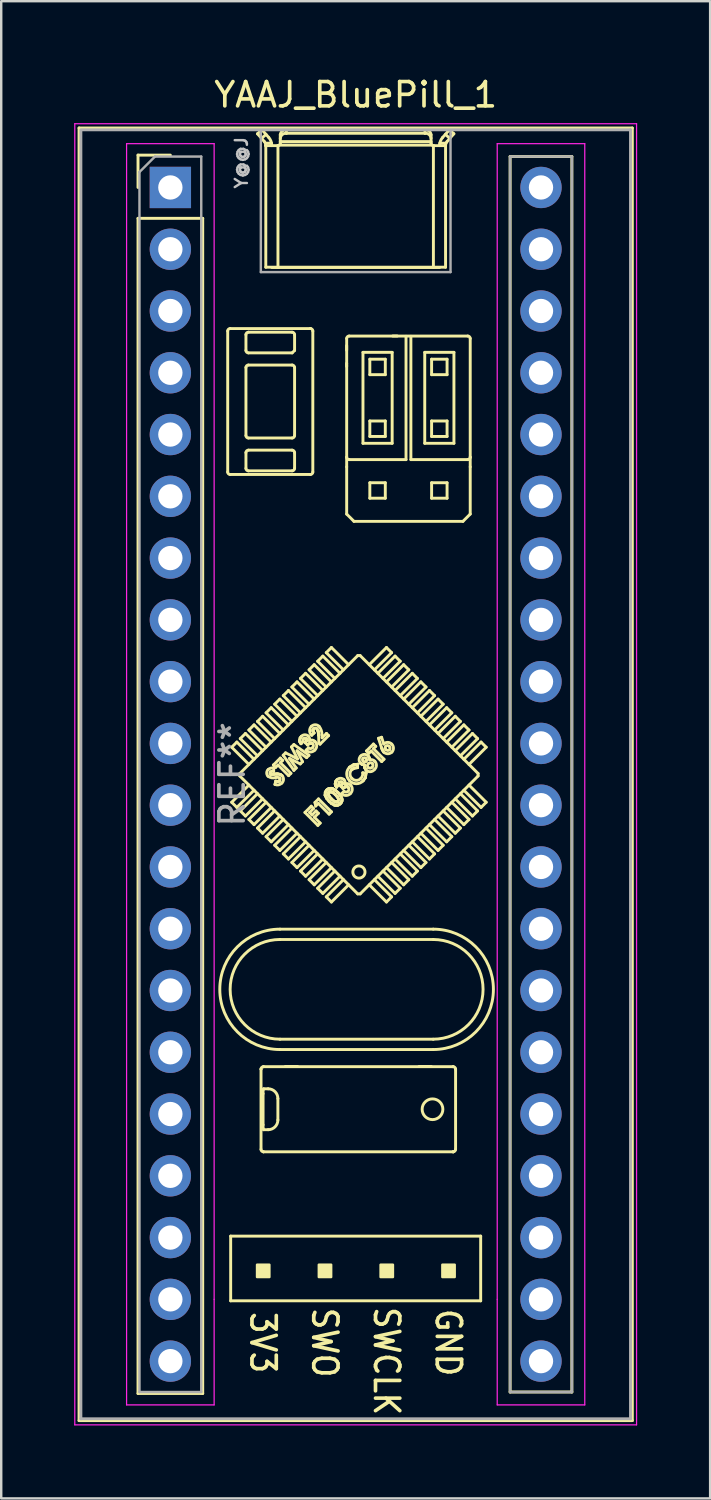
<source format=kicad_pcb>
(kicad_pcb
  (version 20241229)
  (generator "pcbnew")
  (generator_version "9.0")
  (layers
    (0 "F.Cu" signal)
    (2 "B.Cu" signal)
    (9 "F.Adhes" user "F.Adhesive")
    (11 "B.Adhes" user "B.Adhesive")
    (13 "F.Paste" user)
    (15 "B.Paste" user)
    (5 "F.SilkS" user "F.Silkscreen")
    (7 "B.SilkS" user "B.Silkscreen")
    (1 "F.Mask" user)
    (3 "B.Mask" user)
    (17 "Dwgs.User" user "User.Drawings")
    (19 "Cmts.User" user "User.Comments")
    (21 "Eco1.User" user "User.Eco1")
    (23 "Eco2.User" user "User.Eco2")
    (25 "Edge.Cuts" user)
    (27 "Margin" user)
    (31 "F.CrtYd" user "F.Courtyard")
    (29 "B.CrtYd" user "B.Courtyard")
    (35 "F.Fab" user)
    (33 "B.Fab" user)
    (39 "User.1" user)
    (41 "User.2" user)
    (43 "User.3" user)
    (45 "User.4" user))
  (footprint "YAAJ_BluePill_1"
    (layer "F.Cu")
    (at 3.955 4.658)
    (property "Reference" "YAAJ_BluePill_1" (at 7.62 -3.81 0) (layer "F.SilkS") (effects (font (size 1 1) (thickness 0.15))))
    (attr through_hole)
    (fp_line (start -3.755 -2.445) (end 18.995 -2.445) (stroke (width 0.12) (type solid)) (layer "F.SilkS"))
    (fp_line (start -3.755 50.705) (end -3.755 -2.445) (stroke (width 0.12) (type solid)) (layer "F.SilkS"))
    (fp_line (start -1.33 -1.33) (end 0 -1.33) (stroke (width 0.12) (type solid)) (layer "F.SilkS"))
    (fp_line (start -1.33 0) (end -1.33 -1.33) (stroke (width 0.12) (type solid)) (layer "F.SilkS"))
    (fp_line (start -1.33 1.27) (end 1.33 1.27) (stroke (width 0.12) (type solid)) (layer "F.SilkS"))
    (fp_line (start -1.33 49.59) (end -1.33 1.27) (stroke (width 0.12) (type solid)) (layer "F.SilkS"))
    (fp_line (start 1.33 1.27) (end 1.33 49.59) (stroke (width 0.12) (type solid)) (layer "F.SilkS"))
    (fp_line (start 1.33 49.59) (end -1.33 49.59) (stroke (width 0.12) (type solid)) (layer "F.SilkS"))
    (fp_line (start 2.358 5.902) (end 2.358 11.702) (stroke (width 0.12) (type solid)) (layer "F.SilkS"))
    (fp_line (start 2.458 11.802) (end 5.758 11.802) (stroke (width 0.12) (type solid)) (layer "F.SilkS"))
    (fp_line (start 2.48 43.12) (end 2.48 45.78) (stroke (width 0.12) (type solid)) (layer "F.SilkS"))
    (fp_line (start 2.48 45.78) (end 12.76 45.78) (stroke (width 0.12) (type solid)) (layer "F.SilkS"))
    (fp_line (start 2.522 23.017) (end 3.229 23.724) (stroke (width 0.12) (type solid)) (layer "F.SilkS"))
    (fp_line (start 2.522 25.28) (end 3.229 24.573) (stroke (width 0.12) (type solid)) (layer "F.SilkS"))
    (fp_line (start 2.734 22.805) (end 2.522 23.017) (stroke (width 0.12) (type solid)) (layer "F.SilkS"))
    (fp_line (start 2.734 22.805) (end 3.441 23.512) (stroke (width 0.12) (type solid)) (layer "F.SilkS"))
    (fp_line (start 2.734 25.492) (end 2.522 25.28) (stroke (width 0.12) (type solid)) (layer "F.SilkS"))
    (fp_line (start 2.734 25.492) (end 3.441 24.785) (stroke (width 0.12) (type solid)) (layer "F.SilkS"))
    (fp_line (start 2.855 24.199) (end 2.855 24.099) (stroke (width 0.12) (type solid)) (layer "F.SilkS"))
    (fp_line (start 2.855 24.199) (end 7.704 29.048) (stroke (width 0.12) (type solid)) (layer "F.SilkS"))
    (fp_line (start 2.875 22.664) (end 3.583 23.371) (stroke (width 0.12) (type solid)) (layer "F.SilkS"))
    (fp_line (start 2.875 25.634) (end 3.583 24.926) (stroke (width 0.12) (type solid)) (layer "F.SilkS"))
    (fp_line (start 3.088 22.452) (end 2.875 22.664) (stroke (width 0.12) (type solid)) (layer "F.SilkS"))
    (fp_line (start 3.088 22.452) (end 3.795 23.159) (stroke (width 0.12) (type solid)) (layer "F.SilkS"))
    (fp_line (start 3.088 25.846) (end 2.875 25.634) (stroke (width 0.12) (type solid)) (layer "F.SilkS"))
    (fp_line (start 3.088 25.846) (end 3.795 25.139) (stroke (width 0.12) (type solid)) (layer "F.SilkS"))
    (fp_line (start 3.108 6.702) (end 3.108 6.052) (stroke (width 0.12) (type solid)) (layer "F.SilkS"))
    (fp_line (start 3.108 10.202) (end 3.108 7.402) (stroke (width 0.12) (type solid)) (layer "F.SilkS"))
    (fp_line (start 3.108 11.552) (end 3.108 10.902) (stroke (width 0.12) (type solid)) (layer "F.SilkS"))
    (fp_line (start 3.208 5.952) (end 5.008 5.952) (stroke (width 0.12) (type solid)) (layer "F.SilkS"))
    (fp_line (start 3.208 7.302) (end 5.008 7.302) (stroke (width 0.12) (type solid)) (layer "F.SilkS"))
    (fp_line (start 3.208 10.802) (end 5.008 10.802) (stroke (width 0.12) (type solid)) (layer "F.SilkS"))
    (fp_line (start 3.229 22.31) (end 3.936 23.017) (stroke (width 0.12) (type solid)) (layer "F.SilkS"))
    (fp_line (start 3.229 25.987) (end 3.936 25.28) (stroke (width 0.12) (type solid)) (layer "F.SilkS"))
    (fp_line (start 3.441 22.098) (end 3.229 22.31) (stroke (width 0.12) (type solid)) (layer "F.SilkS"))
    (fp_line (start 3.441 22.098) (end 4.148 22.805) (stroke (width 0.12) (type solid)) (layer "F.SilkS"))
    (fp_line (start 3.441 26.199) (end 3.229 25.987) (stroke (width 0.12) (type solid)) (layer "F.SilkS"))
    (fp_line (start 3.441 26.199) (end 4.148 25.492) (stroke (width 0.12) (type solid)) (layer "F.SilkS"))
    (fp_line (start 3.583 -2.207) (end 3.861 -1.891) (stroke (width 0.12) (type solid)) (layer "F.SilkS"))
    (fp_line (start 3.583 21.957) (end 4.29 22.664) (stroke (width 0.12) (type solid)) (layer "F.SilkS"))
    (fp_line (start 3.583 26.341) (end 4.29 25.634) (stroke (width 0.12) (type solid)) (layer "F.SilkS"))
    (fp_line (start 3.728 36.253) (end 3.728 39.553) (stroke (width 0.12) (type solid)) (layer "F.SilkS"))
    (fp_line (start 3.728 36.252) (end 3.728 36.253) (stroke (width 0.12) (type solid)) (layer "F.SilkS"))
    (fp_line (start 3.748 -2.02) (end 3.933 -2.182) (stroke (width 0.12) (type solid)) (layer "F.SilkS"))
    (fp_line (start 3.767 -2.37) (end 3.583 -2.207) (stroke (width 0.12) (type solid)) (layer "F.SilkS"))
    (fp_line (start 3.795 21.744) (end 3.583 21.957) (stroke (width 0.12) (type solid)) (layer "F.SilkS"))
    (fp_line (start 3.795 21.744) (end 4.502 22.452) (stroke (width 0.12) (type solid)) (layer "F.SilkS"))
    (fp_line (start 3.795 26.553) (end 3.583 26.341) (stroke (width 0.12) (type solid)) (layer "F.SilkS"))
    (fp_line (start 3.795 26.553) (end 4.502 25.846) (stroke (width 0.12) (type solid)) (layer "F.SilkS"))
    (fp_line (start 3.812 38.544) (end 3.812 37.262) (stroke (width 0.12) (type solid)) (layer "F.SilkS"))
    (fp_line (start 3.827 39.653) (end 3.828 39.653) (stroke (width 0.12) (type solid)) (layer "F.SilkS"))
    (fp_line (start 3.828 36.153) (end 3.827 36.153) (stroke (width 0.12) (type solid)) (layer "F.SilkS"))
    (fp_line (start 3.828 36.153) (end 11.628 36.153) (stroke (width 0.12) (type solid)) (layer "F.SilkS"))
    (fp_line (start 3.828 39.653) (end 11.628 39.653) (stroke (width 0.12) (type solid)) (layer "F.SilkS"))
    (fp_line (start 3.834 38.744) (end 4.021 38.744) (stroke (width 0.12) (type solid)) (layer "F.SilkS"))
    (fp_line (start 3.924 -1.728) (end 3.929 -1.72) (stroke (width 0.12) (type solid)) (layer "F.SilkS"))
    (fp_line (start 3.924 -1.726) (end 3.924 -1.728) (stroke (width 0.12) (type solid)) (layer "F.SilkS"))
    (fp_line (start 3.924 -1.726) (end 3.924 3.28) (stroke (width 0.12) (type solid)) (layer "F.SilkS"))
    (fp_line (start 3.929 -1.72) (end 3.93 -1.72) (stroke (width 0.12) (type solid)) (layer "F.SilkS"))
    (fp_line (start 3.93 -1.72) (end 4.42 -1.72) (stroke (width 0.12) (type solid)) (layer "F.SilkS"))
    (fp_line (start 3.936 21.603) (end 4.643 22.31) (stroke (width 0.12) (type solid)) (layer "F.SilkS"))
    (fp_line (start 3.936 26.694) (end 4.643 25.987) (stroke (width 0.12) (type solid)) (layer "F.SilkS"))
    (fp_line (start 4.021 37.062) (end 3.834 37.062) (stroke (width 0.12) (type solid)) (layer "F.SilkS"))
    (fp_line (start 4.045 -2.055) (end 3.767 -2.37) (stroke (width 0.12) (type solid)) (layer "F.SilkS"))
    (fp_line (start 4.108 24.11) (end 4.126 24.122) (stroke (width 0.12) (type solid)) (layer "F.SilkS"))
    (fp_line (start 4.108 24.11) (end 4.126 24.122) (stroke (width 0.12) (type solid)) (layer "F.SilkS"))
    (fp_line (start 4.126 24.122) (end 4.142 24.127) (stroke (width 0.12) (type solid)) (layer "F.SilkS"))
    (fp_line (start 4.126 24.122) (end 4.142 24.127) (stroke (width 0.12) (type solid)) (layer "F.SilkS"))
    (fp_line (start 4.142 24.127) (end 4.221 24.127) (stroke (width 0.12) (type solid)) (layer "F.SilkS"))
    (fp_line (start 4.142 24.127) (end 4.221 24.127) (stroke (width 0.12) (type solid)) (layer "F.SilkS"))
    (fp_line (start 4.148 21.391) (end 3.936 21.603) (stroke (width 0.12) (type solid)) (layer "F.SilkS"))
    (fp_line (start 4.148 21.391) (end 4.855 22.098) (stroke (width 0.12) (type solid)) (layer "F.SilkS"))
    (fp_line (start 4.148 26.906) (end 3.936 26.694) (stroke (width 0.12) (type solid)) (layer "F.SilkS"))
    (fp_line (start 4.148 26.906) (end 4.855 26.199) (stroke (width 0.12) (type solid)) (layer "F.SilkS"))
    (fp_line (start 4.161 -1.82) (end 3.905 -1.82) (stroke (width 0.12) (type solid)) (layer "F.SilkS"))
    (fp_line (start 4.17 -1.72) (end 4.17 -1.724) (stroke (width 0.12) (type solid)) (layer "F.SilkS"))
    (fp_line (start 4.221 24.127) (end 4.283 24.123) (stroke (width 0.12) (type solid)) (layer "F.SilkS"))
    (fp_line (start 4.221 24.127) (end 4.283 24.123) (stroke (width 0.12) (type solid)) (layer "F.SilkS"))
    (fp_line (start 4.236 23.749) (end 4.522 23.463) (stroke (width 0.12) (type solid)) (layer "F.SilkS"))
    (fp_line (start 4.253 23.874) (end 4.247 24.011) (stroke (width 0.12) (type solid)) (layer "F.SilkS"))
    (fp_line (start 4.283 24.123) (end 4.355 24.118) (stroke (width 0.12) (type solid)) (layer "F.SilkS"))
    (fp_line (start 4.283 24.123) (end 4.355 24.118) (stroke (width 0.12) (type solid)) (layer "F.SilkS"))
    (fp_line (start 4.29 21.249) (end 4.997 21.957) (stroke (width 0.12) (type solid)) (layer "F.SilkS"))
    (fp_line (start 4.29 27.048) (end 4.997 26.341) (stroke (width 0.12) (type solid)) (layer "F.SilkS"))
    (fp_line (start 4.3 24.547) (end 4.334 24.413) (stroke (width 0.12) (type solid)) (layer "F.SilkS"))
    (fp_line (start 4.331 23.844) (end 4.236 23.749) (stroke (width 0.12) (type solid)) (layer "F.SilkS"))
    (fp_line (start 4.334 24.413) (end 4.424 24.424) (stroke (width 0.12) (type solid)) (layer "F.SilkS"))
    (fp_line (start 4.334 24.413) (end 4.424 24.424) (stroke (width 0.12) (type solid)) (layer "F.SilkS"))
    (fp_line (start 4.355 24.118) (end 4.412 24.116) (stroke (width 0.12) (type solid)) (layer "F.SilkS"))
    (fp_line (start 4.355 24.118) (end 4.412 24.116) (stroke (width 0.12) (type solid)) (layer "F.SilkS"))
    (fp_line (start 4.412 24.116) (end 4.518 24.135) (stroke (width 0.12) (type solid)) (layer "F.SilkS"))
    (fp_line (start 4.412 24.116) (end 4.518 24.135) (stroke (width 0.12) (type solid)) (layer "F.SilkS"))
    (fp_line (start 4.42 -1.72) (end 4.424 -1.72) (stroke (width 0.12) (type solid)) (layer "F.SilkS"))
    (fp_line (start 4.421 37.462) (end 4.421 38.344) (stroke (width 0.12) (type solid)) (layer "F.SilkS"))
    (fp_line (start 4.424 -1.72) (end 4.424 3.29) (stroke (width 0.12) (type solid)) (layer "F.SilkS"))
    (fp_line (start 4.424 24.424) (end 4.459 24.415) (stroke (width 0.12) (type solid)) (layer "F.SilkS"))
    (fp_line (start 4.424 24.424) (end 4.459 24.415) (stroke (width 0.12) (type solid)) (layer "F.SilkS"))
    (fp_line (start 4.427 23.749) (end 4.331 23.844) (stroke (width 0.12) (type solid)) (layer "F.SilkS"))
    (fp_line (start 4.459 24.415) (end 4.489 24.394) (stroke (width 0.12) (type solid)) (layer "F.SilkS"))
    (fp_line (start 4.459 24.415) (end 4.489 24.394) (stroke (width 0.12) (type solid)) (layer "F.SilkS"))
    (fp_line (start 4.502 21.037) (end 4.29 21.249) (stroke (width 0.12) (type solid)) (layer "F.SilkS"))
    (fp_line (start 4.502 21.037) (end 5.209 21.744) (stroke (width 0.12) (type solid)) (layer "F.SilkS"))
    (fp_line (start 4.502 27.26) (end 4.29 27.048) (stroke (width 0.12) (type solid)) (layer "F.SilkS"))
    (fp_line (start 4.502 27.26) (end 5.209 26.553) (stroke (width 0.12) (type solid)) (layer "F.SilkS"))
    (fp_line (start 4.508 30.923) (end 10.808 30.923) (stroke (width 0.12) (type solid)) (layer "F.SilkS"))
    (fp_line (start 4.508 35.448) (end 10.808 35.448) (stroke (width 0.12) (type solid)) (layer "F.SilkS"))
    (fp_line (start 4.518 24.135) (end 4.588 24.183) (stroke (width 0.12) (type solid)) (layer "F.SilkS"))
    (fp_line (start 4.518 24.135) (end 4.588 24.183) (stroke (width 0.12) (type solid)) (layer "F.SilkS"))
    (fp_line (start 4.52 -2.165) (end 4.52 -1.82) (stroke (width 0.12) (type solid)) (layer "F.SilkS"))
    (fp_line (start 4.52 -1.885) (end 10.72 -1.885) (stroke (width 0.12) (type solid)) (layer "F.SilkS"))
    (fp_line (start 4.522 23.463) (end 4.617 23.559) (stroke (width 0.12) (type solid)) (layer "F.SilkS"))
    (fp_line (start 4.522 23.654) (end 4.957 24.089) (stroke (width 0.12) (type solid)) (layer "F.SilkS"))
    (fp_line (start 4.617 23.559) (end 4.522 23.654) (stroke (width 0.12) (type solid)) (layer "F.SilkS"))
    (fp_line (start 4.639 23.347) (end 4.737 23.248) (stroke (width 0.12) (type solid)) (layer "F.SilkS"))
    (fp_line (start 4.643 20.896) (end 5.35 21.603) (stroke (width 0.12) (type solid)) (layer "F.SilkS"))
    (fp_line (start 4.643 27.401) (end 5.35 26.694) (stroke (width 0.12) (type solid)) (layer "F.SilkS"))
    (fp_line (start 4.737 23.248) (end 5.228 23.497) (stroke (width 0.12) (type solid)) (layer "F.SilkS"))
    (fp_line (start 4.77 -2.227) (end 4.77 -2.37) (stroke (width 0.12) (type solid)) (layer "F.SilkS"))
    (fp_line (start 4.855 20.684) (end 4.643 20.896) (stroke (width 0.12) (type solid)) (layer "F.SilkS"))
    (fp_line (start 4.855 20.684) (end 5.562 21.391) (stroke (width 0.12) (type solid)) (layer "F.SilkS"))
    (fp_line (start 4.855 27.613) (end 4.643 27.401) (stroke (width 0.12) (type solid)) (layer "F.SilkS"))
    (fp_line (start 4.855 27.613) (end 5.562 26.906) (stroke (width 0.12) (type solid)) (layer "F.SilkS"))
    (fp_line (start 4.862 24.184) (end 4.427 23.749) (stroke (width 0.12) (type solid)) (layer "F.SilkS"))
    (fp_line (start 4.897 23.479) (end 5.176 23.87) (stroke (width 0.12) (type solid)) (layer "F.SilkS"))
    (fp_line (start 4.957 24.089) (end 4.862 24.184) (stroke (width 0.12) (type solid)) (layer "F.SilkS"))
    (fp_line (start 4.98 23.005) (end 5.078 22.907) (stroke (width 0.12) (type solid)) (layer "F.SilkS"))
    (fp_line (start 4.997 20.542) (end 5.704 21.249) (stroke (width 0.12) (type solid)) (layer "F.SilkS"))
    (fp_line (start 4.997 27.755) (end 5.704 27.048) (stroke (width 0.12) (type solid)) (layer "F.SilkS"))
    (fp_line (start 5.008 6.802) (end 3.208 6.802) (stroke (width 0.12) (type solid)) (layer "F.SilkS"))
    (fp_line (start 5.008 10.302) (end 3.208 10.302) (stroke (width 0.12) (type solid)) (layer "F.SilkS"))
    (fp_line (start 5.008 11.652) (end 3.208 11.652) (stroke (width 0.12) (type solid)) (layer "F.SilkS"))
    (fp_line (start 5.078 22.907) (end 5.698 23.348) (stroke (width 0.12) (type solid)) (layer "F.SilkS"))
    (fp_line (start 5.079 23.967) (end 4.639 23.347) (stroke (width 0.12) (type solid)) (layer "F.SilkS"))
    (fp_line (start 5.108 6.052) (end 5.108 6.702) (stroke (width 0.12) (type solid)) (layer "F.SilkS"))
    (fp_line (start 5.108 6.702) (end 5.008 6.802) (stroke (width 0.12) (type solid)) (layer "F.SilkS"))
    (fp_line (start 5.108 7.402) (end 5.108 10.202) (stroke (width 0.12) (type solid)) (layer "F.SilkS"))
    (fp_line (start 5.108 10.902) (end 5.108 11.552) (stroke (width 0.12) (type solid)) (layer "F.SilkS"))
    (fp_line (start 5.176 23.87) (end 5.079 23.967) (stroke (width 0.12) (type solid)) (layer "F.SilkS"))
    (fp_line (start 5.209 20.33) (end 4.997 20.542) (stroke (width 0.12) (type solid)) (layer "F.SilkS"))
    (fp_line (start 5.209 20.33) (end 5.916 21.037) (stroke (width 0.12) (type solid)) (layer "F.SilkS"))
    (fp_line (start 5.209 27.967) (end 4.997 27.755) (stroke (width 0.12) (type solid)) (layer "F.SilkS"))
    (fp_line (start 5.209 27.967) (end 5.916 27.26) (stroke (width 0.12) (type solid)) (layer "F.SilkS"))
    (fp_line (start 5.21 23.166) (end 5.435 23.611) (stroke (width 0.12) (type solid)) (layer "F.SilkS"))
    (fp_line (start 5.228 36.143) (end 4.728 36.143) (stroke (width 0.12) (type solid)) (layer "F.SilkS"))
    (fp_line (start 5.228 23.497) (end 4.98 23.005) (stroke (width 0.12) (type solid)) (layer "F.SilkS"))
    (fp_line (start 5.319 22.738) (end 5.339 22.637) (stroke (width 0.12) (type solid)) (layer "F.SilkS"))
    (fp_line (start 5.319 22.738) (end 5.339 22.637) (stroke (width 0.12) (type solid)) (layer "F.SilkS"))
    (fp_line (start 5.331 22.801) (end 5.319 22.738) (stroke (width 0.12) (type solid)) (layer "F.SilkS"))
    (fp_line (start 5.331 22.801) (end 5.319 22.738) (stroke (width 0.12) (type solid)) (layer "F.SilkS"))
    (fp_line (start 5.339 22.637) (end 5.387 22.571) (stroke (width 0.12) (type solid)) (layer "F.SilkS"))
    (fp_line (start 5.339 22.637) (end 5.387 22.571) (stroke (width 0.12) (type solid)) (layer "F.SilkS"))
    (fp_line (start 5.342 23.704) (end 4.897 23.479) (stroke (width 0.12) (type solid)) (layer "F.SilkS"))
    (fp_line (start 5.35 20.189) (end 6.057 20.896) (stroke (width 0.12) (type solid)) (layer "F.SilkS"))
    (fp_line (start 5.35 28.108) (end 6.057 27.401) (stroke (width 0.12) (type solid)) (layer "F.SilkS"))
    (fp_line (start 5.372 22.872) (end 5.331 22.801) (stroke (width 0.12) (type solid)) (layer "F.SilkS"))
    (fp_line (start 5.372 22.872) (end 5.331 22.801) (stroke (width 0.12) (type solid)) (layer "F.SilkS"))
    (fp_line (start 5.435 23.611) (end 5.342 23.704) (stroke (width 0.12) (type solid)) (layer "F.SilkS"))
    (fp_line (start 5.467 22.777) (end 5.372 22.872) (stroke (width 0.12) (type solid)) (layer "F.SilkS"))
    (fp_line (start 5.535 25.7) (end 5.793 25.442) (stroke (width 0.12) (type solid)) (layer "F.SilkS"))
    (fp_line (start 5.549 22.831) (end 5.6 22.752) (stroke (width 0.12) (type solid)) (layer "F.SilkS"))
    (fp_line (start 5.549 22.831) (end 5.6 22.752) (stroke (width 0.12) (type solid)) (layer "F.SilkS"))
    (fp_line (start 5.562 19.977) (end 5.35 20.189) (stroke (width 0.12) (type solid)) (layer "F.SilkS"))
    (fp_line (start 5.562 19.977) (end 6.27 20.684) (stroke (width 0.12) (type solid)) (layer "F.SilkS"))
    (fp_line (start 5.562 28.321) (end 5.35 28.108) (stroke (width 0.12) (type solid)) (layer "F.SilkS"))
    (fp_line (start 5.562 28.321) (end 6.27 27.613) (stroke (width 0.12) (type solid)) (layer "F.SilkS"))
    (fp_line (start 5.583 23.137) (end 5.678 23.042) (stroke (width 0.12) (type solid)) (layer "F.SilkS"))
    (fp_line (start 5.598 22.683) (end 5.585 22.664) (stroke (width 0.12) (type solid)) (layer "F.SilkS"))
    (fp_line (start 5.598 22.683) (end 5.585 22.664) (stroke (width 0.12) (type solid)) (layer "F.SilkS"))
    (fp_line (start 5.6 22.752) (end 5.605 22.706) (stroke (width 0.12) (type solid)) (layer "F.SilkS"))
    (fp_line (start 5.6 22.752) (end 5.605 22.706) (stroke (width 0.12) (type solid)) (layer "F.SilkS"))
    (fp_line (start 5.602 23.444) (end 5.21 23.166) (stroke (width 0.12) (type solid)) (layer "F.SilkS"))
    (fp_line (start 5.605 22.706) (end 5.598 22.683) (stroke (width 0.12) (type solid)) (layer "F.SilkS"))
    (fp_line (start 5.605 22.706) (end 5.598 22.683) (stroke (width 0.12) (type solid)) (layer "F.SilkS"))
    (fp_line (start 5.637 22.92) (end 5.549 22.831) (stroke (width 0.12) (type solid)) (layer "F.SilkS"))
    (fp_line (start 5.698 23.348) (end 5.602 23.444) (stroke (width 0.12) (type solid)) (layer "F.SilkS"))
    (fp_line (start 5.704 19.835) (end 6.411 20.542) (stroke (width 0.12) (type solid)) (layer "F.SilkS"))
    (fp_line (start 5.704 28.462) (end 6.411 27.755) (stroke (width 0.12) (type solid)) (layer "F.SilkS"))
    (fp_line (start 5.725 25.7) (end 5.827 25.802) (stroke (width 0.12) (type solid)) (layer "F.SilkS"))
    (fp_line (start 5.738 22.854) (end 5.637 22.92) (stroke (width 0.12) (type solid)) (layer "F.SilkS"))
    (fp_line (start 5.738 22.854) (end 5.637 22.92) (stroke (width 0.12) (type solid)) (layer "F.SilkS"))
    (fp_line (start 5.758 5.802) (end 2.458 5.802) (stroke (width 0.12) (type solid)) (layer "F.SilkS"))
    (fp_line (start 5.762 5.802) (end 5.758 5.802) (stroke (width 0.12) (type solid)) (layer "F.SilkS"))
    (fp_line (start 5.793 25.442) (end 5.888 25.537) (stroke (width 0.12) (type solid)) (layer "F.SilkS"))
    (fp_line (start 5.798 22.849) (end 5.738 22.854) (stroke (width 0.12) (type solid)) (layer "F.SilkS"))
    (fp_line (start 5.798 22.849) (end 5.738 22.854) (stroke (width 0.12) (type solid)) (layer "F.SilkS"))
    (fp_line (start 5.827 25.802) (end 5.99 25.639) (stroke (width 0.12) (type solid)) (layer "F.SilkS"))
    (fp_line (start 5.827 22.858) (end 5.798 22.849) (stroke (width 0.12) (type solid)) (layer "F.SilkS"))
    (fp_line (start 5.827 22.858) (end 5.798 22.849) (stroke (width 0.12) (type solid)) (layer "F.SilkS"))
    (fp_line (start 5.852 22.876) (end 5.827 22.858) (stroke (width 0.12) (type solid)) (layer "F.SilkS"))
    (fp_line (start 5.852 22.876) (end 5.827 22.858) (stroke (width 0.12) (type solid)) (layer "F.SilkS"))
    (fp_line (start 5.858 11.702) (end 5.858 5.902) (stroke (width 0.12) (type solid)) (layer "F.SilkS"))
    (fp_line (start 5.862 22.307) (end 5.866 22.36) (stroke (width 0.12) (type solid)) (layer "F.SilkS"))
    (fp_line (start 5.862 22.307) (end 5.866 22.36) (stroke (width 0.12) (type solid)) (layer "F.SilkS"))
    (fp_line (start 5.866 22.36) (end 5.909 22.43) (stroke (width 0.12) (type solid)) (layer "F.SilkS"))
    (fp_line (start 5.866 22.36) (end 5.909 22.43) (stroke (width 0.12) (type solid)) (layer "F.SilkS"))
    (fp_line (start 5.887 22.261) (end 5.862 22.307) (stroke (width 0.12) (type solid)) (layer "F.SilkS"))
    (fp_line (start 5.887 22.261) (end 5.862 22.307) (stroke (width 0.12) (type solid)) (layer "F.SilkS"))
    (fp_line (start 5.888 25.537) (end 5.725 25.7) (stroke (width 0.12) (type solid)) (layer "F.SilkS"))
    (fp_line (start 5.909 22.43) (end 5.814 22.525) (stroke (width 0.12) (type solid)) (layer "F.SilkS"))
    (fp_line (start 5.916 19.623) (end 5.704 19.835) (stroke (width 0.12) (type solid)) (layer "F.SilkS"))
    (fp_line (start 5.916 19.623) (end 6.623 20.33) (stroke (width 0.12) (type solid)) (layer "F.SilkS"))
    (fp_line (start 5.916 28.674) (end 5.704 28.462) (stroke (width 0.12) (type solid)) (layer "F.SilkS"))
    (fp_line (start 5.916 28.674) (end 6.623 27.967) (stroke (width 0.12) (type solid)) (layer "F.SilkS"))
    (fp_line (start 5.922 25.898) (end 6.16 26.136) (stroke (width 0.12) (type solid)) (layer "F.SilkS"))
    (fp_line (start 5.945 25.29) (end 6.092 25.143) (stroke (width 0.12) (type solid)) (layer "F.SilkS"))
    (fp_line (start 5.977 25.435) (end 5.945 25.29) (stroke (width 0.12) (type solid)) (layer "F.SilkS"))
    (fp_line (start 5.99 25.639) (end 6.086 25.734) (stroke (width 0.12) (type solid)) (layer "F.SilkS"))
    (fp_line (start 6.057 19.482) (end 6.765 20.189) (stroke (width 0.12) (type solid)) (layer "F.SilkS"))
    (fp_line (start 6.057 28.815) (end 6.765 28.108) (stroke (width 0.12) (type solid)) (layer "F.SilkS"))
    (fp_line (start 6.065 26.231) (end 5.535 25.7) (stroke (width 0.12) (type solid)) (layer "F.SilkS"))
    (fp_line (start 6.08 22.368) (end 6.027 22.263) (stroke (width 0.12) (type solid)) (layer "F.SilkS"))
    (fp_line (start 6.08 22.368) (end 6.027 22.263) (stroke (width 0.12) (type solid)) (layer "F.SilkS"))
    (fp_line (start 6.086 25.326) (end 5.977 25.435) (stroke (width 0.12) (type solid)) (layer "F.SilkS"))
    (fp_line (start 6.086 25.734) (end 5.922 25.898) (stroke (width 0.12) (type solid)) (layer "F.SilkS"))
    (fp_line (start 6.092 25.143) (end 6.623 25.673) (stroke (width 0.12) (type solid)) (layer "F.SilkS"))
    (fp_line (start 6.095 22.52) (end 6.08 22.368) (stroke (width 0.12) (type solid)) (layer "F.SilkS"))
    (fp_line (start 6.095 22.52) (end 6.08 22.368) (stroke (width 0.12) (type solid)) (layer "F.SilkS"))
    (fp_line (start 6.105 22.844) (end 6.095 22.52) (stroke (width 0.12) (type solid)) (layer "F.SilkS"))
    (fp_line (start 6.154 22.892) (end 6.105 22.844) (stroke (width 0.12) (type solid)) (layer "F.SilkS"))
    (fp_line (start 6.16 26.136) (end 6.065 26.231) (stroke (width 0.12) (type solid)) (layer "F.SilkS"))
    (fp_line (start 6.232 22.51) (end 6.24 22.629) (stroke (width 0.12) (type solid)) (layer "F.SilkS"))
    (fp_line (start 6.24 22.629) (end 6.419 22.45) (stroke (width 0.12) (type solid)) (layer "F.SilkS"))
    (fp_line (start 6.27 19.27) (end 6.057 19.482) (stroke (width 0.12) (type solid)) (layer "F.SilkS"))
    (fp_line (start 6.27 19.27) (end 6.977 19.977) (stroke (width 0.12) (type solid)) (layer "F.SilkS"))
    (fp_line (start 6.27 29.028) (end 6.057 28.815) (stroke (width 0.12) (type solid)) (layer "F.SilkS"))
    (fp_line (start 6.27 29.028) (end 6.977 28.321) (stroke (width 0.12) (type solid)) (layer "F.SilkS"))
    (fp_line (start 6.365 24.988) (end 6.373 24.863) (stroke (width 0.12) (type solid)) (layer "F.SilkS"))
    (fp_line (start 6.365 24.988) (end 6.373 24.863) (stroke (width 0.12) (type solid)) (layer "F.SilkS"))
    (fp_line (start 6.373 24.863) (end 6.427 24.781) (stroke (width 0.12) (type solid)) (layer "F.SilkS"))
    (fp_line (start 6.373 24.863) (end 6.427 24.781) (stroke (width 0.12) (type solid)) (layer "F.SilkS"))
    (fp_line (start 6.411 19.128) (end 7.118 19.835) (stroke (width 0.12) (type solid)) (layer "F.SilkS"))
    (fp_line (start 6.411 29.169) (end 7.118 28.462) (stroke (width 0.12) (type solid)) (layer "F.SilkS"))
    (fp_line (start 6.419 22.45) (end 6.507 22.539) (stroke (width 0.12) (type solid)) (layer "F.SilkS"))
    (fp_line (start 6.421 25.111) (end 6.365 24.988) (stroke (width 0.12) (type solid)) (layer "F.SilkS"))
    (fp_line (start 6.421 25.111) (end 6.365 24.988) (stroke (width 0.12) (type solid)) (layer "F.SilkS"))
    (fp_line (start 6.427 24.781) (end 6.48 24.74) (stroke (width 0.12) (type solid)) (layer "F.SilkS"))
    (fp_line (start 6.427 24.781) (end 6.48 24.74) (stroke (width 0.12) (type solid)) (layer "F.SilkS"))
    (fp_line (start 6.48 24.74) (end 6.541 24.715) (stroke (width 0.12) (type solid)) (layer "F.SilkS"))
    (fp_line (start 6.48 24.74) (end 6.541 24.715) (stroke (width 0.12) (type solid)) (layer "F.SilkS"))
    (fp_line (start 6.496 24.948) (end 6.524 25.024) (stroke (width 0.12) (type solid)) (layer "F.SilkS"))
    (fp_line (start 6.496 24.948) (end 6.524 25.024) (stroke (width 0.12) (type solid)) (layer "F.SilkS"))
    (fp_line (start 6.503 24.908) (end 6.496 24.948) (stroke (width 0.12) (type solid)) (layer "F.SilkS"))
    (fp_line (start 6.503 24.908) (end 6.496 24.948) (stroke (width 0.12) (type solid)) (layer "F.SilkS"))
    (fp_line (start 6.507 22.539) (end 6.154 22.892) (stroke (width 0.12) (type solid)) (layer "F.SilkS"))
    (fp_line (start 6.524 25.024) (end 6.629 25.149) (stroke (width 0.12) (type solid)) (layer "F.SilkS"))
    (fp_line (start 6.524 25.024) (end 6.629 25.149) (stroke (width 0.12) (type solid)) (layer "F.SilkS"))
    (fp_line (start 6.525 24.874) (end 6.503 24.908) (stroke (width 0.12) (type solid)) (layer "F.SilkS"))
    (fp_line (start 6.525 24.874) (end 6.503 24.908) (stroke (width 0.12) (type solid)) (layer "F.SilkS"))
    (fp_line (start 6.528 25.768) (end 6.086 25.326) (stroke (width 0.12) (type solid)) (layer "F.SilkS"))
    (fp_line (start 6.533 25.243) (end 6.421 25.111) (stroke (width 0.12) (type solid)) (layer "F.SilkS"))
    (fp_line (start 6.533 25.243) (end 6.421 25.111) (stroke (width 0.12) (type solid)) (layer "F.SilkS"))
    (fp_line (start 6.541 24.715) (end 6.608 24.71) (stroke (width 0.12) (type solid)) (layer "F.SilkS"))
    (fp_line (start 6.541 24.715) (end 6.608 24.71) (stroke (width 0.12) (type solid)) (layer "F.SilkS"))
    (fp_line (start 6.558 24.852) (end 6.525 24.874) (stroke (width 0.12) (type solid)) (layer "F.SilkS"))
    (fp_line (start 6.558 24.852) (end 6.525 24.874) (stroke (width 0.12) (type solid)) (layer "F.SilkS"))
    (fp_line (start 6.597 24.848) (end 6.558 24.852) (stroke (width 0.12) (type solid)) (layer "F.SilkS"))
    (fp_line (start 6.597 24.848) (end 6.558 24.852) (stroke (width 0.12) (type solid)) (layer "F.SilkS"))
    (fp_line (start 6.608 24.71) (end 6.673 24.725) (stroke (width 0.12) (type solid)) (layer "F.SilkS"))
    (fp_line (start 6.608 24.71) (end 6.673 24.725) (stroke (width 0.12) (type solid)) (layer "F.SilkS"))
    (fp_line (start 6.623 25.673) (end 6.528 25.768) (stroke (width 0.12) (type solid)) (layer "F.SilkS"))
    (fp_line (start 6.623 18.916) (end 6.411 19.128) (stroke (width 0.12) (type solid)) (layer "F.SilkS"))
    (fp_line (start 6.623 18.916) (end 7.33 19.623) (stroke (width 0.12) (type solid)) (layer "F.SilkS"))
    (fp_line (start 6.623 29.381) (end 6.411 29.169) (stroke (width 0.12) (type solid)) (layer "F.SilkS"))
    (fp_line (start 6.623 29.381) (end 7.33 28.674) (stroke (width 0.12) (type solid)) (layer "F.SilkS"))
    (fp_line (start 6.629 25.149) (end 6.749 25.246) (stroke (width 0.12) (type solid)) (layer "F.SilkS"))
    (fp_line (start 6.629 25.149) (end 6.749 25.246) (stroke (width 0.12) (type solid)) (layer "F.SilkS"))
    (fp_line (start 6.631 25.331) (end 6.533 25.243) (stroke (width 0.12) (type solid)) (layer "F.SilkS"))
    (fp_line (start 6.631 25.331) (end 6.533 25.243) (stroke (width 0.12) (type solid)) (layer "F.SilkS"))
    (fp_line (start 6.671 24.873) (end 6.597 24.848) (stroke (width 0.12) (type solid)) (layer "F.SilkS"))
    (fp_line (start 6.671 24.873) (end 6.597 24.848) (stroke (width 0.12) (type solid)) (layer "F.SilkS"))
    (fp_line (start 6.673 24.725) (end 6.788 24.789) (stroke (width 0.12) (type solid)) (layer "F.SilkS"))
    (fp_line (start 6.673 24.725) (end 6.788 24.789) (stroke (width 0.12) (type solid)) (layer "F.SilkS"))
    (fp_line (start 6.746 25.394) (end 6.631 25.331) (stroke (width 0.12) (type solid)) (layer "F.SilkS"))
    (fp_line (start 6.746 25.394) (end 6.631 25.331) (stroke (width 0.12) (type solid)) (layer "F.SilkS"))
    (fp_line (start 6.749 25.246) (end 6.822 25.268) (stroke (width 0.12) (type solid)) (layer "F.SilkS"))
    (fp_line (start 6.749 25.246) (end 6.822 25.268) (stroke (width 0.12) (type solid)) (layer "F.SilkS"))
    (fp_line (start 6.781 24.526) (end 6.801 24.425) (stroke (width 0.12) (type solid)) (layer "F.SilkS"))
    (fp_line (start 6.781 24.526) (end 6.801 24.425) (stroke (width 0.12) (type solid)) (layer "F.SilkS"))
    (fp_line (start 6.788 24.789) (end 6.888 24.878) (stroke (width 0.12) (type solid)) (layer "F.SilkS"))
    (fp_line (start 6.788 24.789) (end 6.888 24.878) (stroke (width 0.12) (type solid)) (layer "F.SilkS"))
    (fp_line (start 6.793 24.973) (end 6.671 24.873) (stroke (width 0.12) (type solid)) (layer "F.SilkS"))
    (fp_line (start 6.793 24.973) (end 6.671 24.873) (stroke (width 0.12) (type solid)) (layer "F.SilkS"))
    (fp_line (start 6.793 24.589) (end 6.781 24.526) (stroke (width 0.12) (type solid)) (layer "F.SilkS"))
    (fp_line (start 6.793 24.589) (end 6.781 24.526) (stroke (width 0.12) (type solid)) (layer "F.SilkS"))
    (fp_line (start 6.801 24.425) (end 6.849 24.359) (stroke (width 0.12) (type solid)) (layer "F.SilkS"))
    (fp_line (start 6.801 24.425) (end 6.849 24.359) (stroke (width 0.12) (type solid)) (layer "F.SilkS"))
    (fp_line (start 6.811 25.407) (end 6.746 25.394) (stroke (width 0.12) (type solid)) (layer "F.SilkS"))
    (fp_line (start 6.811 25.407) (end 6.746 25.394) (stroke (width 0.12) (type solid)) (layer "F.SilkS"))
    (fp_line (start 6.822 25.268) (end 6.86 25.262) (stroke (width 0.12) (type solid)) (layer "F.SilkS"))
    (fp_line (start 6.822 25.268) (end 6.86 25.262) (stroke (width 0.12) (type solid)) (layer "F.SilkS"))
    (fp_line (start 6.834 24.66) (end 6.793 24.589) (stroke (width 0.12) (type solid)) (layer "F.SilkS"))
    (fp_line (start 6.834 24.66) (end 6.793 24.589) (stroke (width 0.12) (type solid)) (layer "F.SilkS"))
    (fp_line (start 6.856 25.043) (end 6.793 24.973) (stroke (width 0.12) (type solid)) (layer "F.SilkS"))
    (fp_line (start 6.856 25.043) (end 6.793 24.973) (stroke (width 0.12) (type solid)) (layer "F.SilkS"))
    (fp_line (start 6.86 25.262) (end 6.892 25.241) (stroke (width 0.12) (type solid)) (layer "F.SilkS"))
    (fp_line (start 6.86 25.262) (end 6.892 25.241) (stroke (width 0.12) (type solid)) (layer "F.SilkS"))
    (fp_line (start 6.876 25.402) (end 6.811 25.407) (stroke (width 0.12) (type solid)) (layer "F.SilkS"))
    (fp_line (start 6.876 25.402) (end 6.811 25.407) (stroke (width 0.12) (type solid)) (layer "F.SilkS"))
    (fp_line (start 6.888 24.878) (end 6.976 24.977) (stroke (width 0.12) (type solid)) (layer "F.SilkS"))
    (fp_line (start 6.888 24.878) (end 6.976 24.977) (stroke (width 0.12) (type solid)) (layer "F.SilkS"))
    (fp_line (start 6.914 25.146) (end 6.856 25.043) (stroke (width 0.12) (type solid)) (layer "F.SilkS"))
    (fp_line (start 6.914 25.146) (end 6.856 25.043) (stroke (width 0.12) (type solid)) (layer "F.SilkS"))
    (fp_line (start 6.929 24.565) (end 6.834 24.66) (stroke (width 0.12) (type solid)) (layer "F.SilkS"))
    (fp_line (start 6.936 25.377) (end 6.876 25.402) (stroke (width 0.12) (type solid)) (layer "F.SilkS"))
    (fp_line (start 6.936 25.377) (end 6.876 25.402) (stroke (width 0.12) (type solid)) (layer "F.SilkS"))
    (fp_line (start 6.976 24.977) (end 7.041 25.092) (stroke (width 0.12) (type solid)) (layer "F.SilkS"))
    (fp_line (start 6.976 24.977) (end 7.041 25.092) (stroke (width 0.12) (type solid)) (layer "F.SilkS"))
    (fp_line (start 6.988 25.335) (end 6.936 25.377) (stroke (width 0.12) (type solid)) (layer "F.SilkS"))
    (fp_line (start 6.988 25.335) (end 6.936 25.377) (stroke (width 0.12) (type solid)) (layer "F.SilkS"))
    (fp_line (start 7.01 24.619) (end 7.062 24.54) (stroke (width 0.12) (type solid)) (layer "F.SilkS"))
    (fp_line (start 7.01 24.619) (end 7.062 24.54) (stroke (width 0.12) (type solid)) (layer "F.SilkS"))
    (fp_line (start 7.029 25.284) (end 6.988 25.335) (stroke (width 0.12) (type solid)) (layer "F.SilkS"))
    (fp_line (start 7.029 25.284) (end 6.988 25.335) (stroke (width 0.12) (type solid)) (layer "F.SilkS"))
    (fp_line (start 7.041 25.092) (end 7.057 25.157) (stroke (width 0.12) (type solid)) (layer "F.SilkS"))
    (fp_line (start 7.041 25.092) (end 7.057 25.157) (stroke (width 0.12) (type solid)) (layer "F.SilkS"))
    (fp_line (start 7.044 24.925) (end 7.14 24.83) (stroke (width 0.12) (type solid)) (layer "F.SilkS"))
    (fp_line (start 7.054 25.223) (end 7.029 25.284) (stroke (width 0.12) (type solid)) (layer "F.SilkS"))
    (fp_line (start 7.054 25.223) (end 7.029 25.284) (stroke (width 0.12) (type solid)) (layer "F.SilkS"))
    (fp_line (start 7.057 25.157) (end 7.054 25.223) (stroke (width 0.12) (type solid)) (layer "F.SilkS"))
    (fp_line (start 7.057 25.157) (end 7.054 25.223) (stroke (width 0.12) (type solid)) (layer "F.SilkS"))
    (fp_line (start 7.06 24.471) (end 7.047 24.452) (stroke (width 0.12) (type solid)) (layer "F.SilkS"))
    (fp_line (start 7.06 24.471) (end 7.047 24.452) (stroke (width 0.12) (type solid)) (layer "F.SilkS"))
    (fp_line (start 7.062 24.54) (end 7.067 24.494) (stroke (width 0.12) (type solid)) (layer "F.SilkS"))
    (fp_line (start 7.062 24.54) (end 7.067 24.494) (stroke (width 0.12) (type solid)) (layer "F.SilkS"))
    (fp_line (start 7.067 24.494) (end 7.06 24.471) (stroke (width 0.12) (type solid)) (layer "F.SilkS"))
    (fp_line (start 7.067 24.494) (end 7.06 24.471) (stroke (width 0.12) (type solid)) (layer "F.SilkS"))
    (fp_line (start 7.099 24.708) (end 7.01 24.619) (stroke (width 0.12) (type solid)) (layer "F.SilkS"))
    (fp_line (start 7.2 24.642) (end 7.099 24.708) (stroke (width 0.12) (type solid)) (layer "F.SilkS"))
    (fp_line (start 7.2 24.642) (end 7.099 24.708) (stroke (width 0.12) (type solid)) (layer "F.SilkS"))
    (fp_line (start 7.249 6.502) (end 7.249 6.691) (stroke (width 0.12) (type solid)) (layer "F.SilkS"))
    (fp_line (start 7.249 7.231) (end 7.249 7.265) (stroke (width 0.12) (type solid)) (layer "F.SilkS"))
    (fp_line (start 7.249 7.315) (end 7.249 7.359) (stroke (width 0.12) (type solid)) (layer "F.SilkS"))
    (fp_line (start 7.25 11.09) (end 7.25 6.21) (stroke (width 0.12) (type solid)) (layer "F.SilkS"))
    (fp_line (start 7.25 11.09) (end 7.25 11.49) (stroke (width 0.12) (type solid)) (layer "F.SilkS"))
    (fp_line (start 7.25 11.49) (end 7.25 13.43) (stroke (width 0.12) (type solid)) (layer "F.SilkS"))
    (fp_line (start 7.25 13.43) (end 7.55 13.73) (stroke (width 0.12) (type solid)) (layer "F.SilkS"))
    (fp_line (start 7.26 24.637) (end 7.2 24.642) (stroke (width 0.12) (type solid)) (layer "F.SilkS"))
    (fp_line (start 7.26 24.637) (end 7.2 24.642) (stroke (width 0.12) (type solid)) (layer "F.SilkS"))
    (fp_line (start 7.289 24.646) (end 7.26 24.637) (stroke (width 0.12) (type solid)) (layer "F.SilkS"))
    (fp_line (start 7.289 24.646) (end 7.26 24.637) (stroke (width 0.12) (type solid)) (layer "F.SilkS"))
    (fp_line (start 7.314 24.664) (end 7.289 24.646) (stroke (width 0.12) (type solid)) (layer "F.SilkS"))
    (fp_line (start 7.314 24.664) (end 7.289 24.646) (stroke (width 0.12) (type solid)) (layer "F.SilkS"))
    (fp_line (start 7.35 6.11) (end 12.23 6.11) (stroke (width 0.12) (type solid)) (layer "F.SilkS"))
    (fp_line (start 7.369 23.839) (end 7.542 23.736) (stroke (width 0.12) (type solid)) (layer "F.SilkS"))
    (fp_line (start 7.369 23.839) (end 7.542 23.736) (stroke (width 0.12) (type solid)) (layer "F.SilkS"))
    (fp_line (start 7.542 23.736) (end 7.701 23.719) (stroke (width 0.12) (type solid)) (layer "F.SilkS"))
    (fp_line (start 7.542 23.736) (end 7.701 23.719) (stroke (width 0.12) (type solid)) (layer "F.SilkS"))
    (fp_line (start 7.55 13.73) (end 12.03 13.73) (stroke (width 0.12) (type solid)) (layer "F.SilkS"))
    (fp_line (start 7.555 23.876) (end 7.46 23.938) (stroke (width 0.12) (type solid)) (layer "F.SilkS"))
    (fp_line (start 7.555 23.876) (end 7.46 23.938) (stroke (width 0.12) (type solid)) (layer "F.SilkS"))
    (fp_line (start 7.698 23.855) (end 7.555 23.876) (stroke (width 0.12) (type solid)) (layer "F.SilkS"))
    (fp_line (start 7.698 23.855) (end 7.555 23.876) (stroke (width 0.12) (type solid)) (layer "F.SilkS"))
    (fp_line (start 7.701 23.719) (end 7.698 23.855) (stroke (width 0.12) (type solid)) (layer "F.SilkS"))
    (fp_line (start 7.704 19.249) (end 2.855 24.099) (stroke (width 0.12) (type solid)) (layer "F.SilkS"))
    (fp_line (start 7.704 29.048) (end 7.804 29.048) (stroke (width 0.12) (type solid)) (layer "F.SilkS"))
    (fp_line (start 7.804 19.249) (end 7.704 19.249) (stroke (width 0.12) (type solid)) (layer "F.SilkS"))
    (fp_line (start 7.886 23.723) (end 7.825 23.68) (stroke (width 0.12) (type solid)) (layer "F.SilkS"))
    (fp_line (start 7.886 23.723) (end 7.825 23.68) (stroke (width 0.12) (type solid)) (layer "F.SilkS"))
    (fp_line (start 7.91 24.068) (end 8.049 24.071) (stroke (width 0.12) (type solid)) (layer "F.SilkS"))
    (fp_line (start 7.92 6.78) (end 9.12 6.78) (stroke (width 0.12) (type solid)) (layer "F.SilkS"))
    (fp_line (start 7.92 10.52) (end 7.92 6.78) (stroke (width 0.12) (type solid)) (layer "F.SilkS"))
    (fp_line (start 7.979 23.746) (end 7.886 23.723) (stroke (width 0.12) (type solid)) (layer "F.SilkS"))
    (fp_line (start 7.979 23.746) (end 7.886 23.723) (stroke (width 0.12) (type solid)) (layer "F.SilkS"))
    (fp_line (start 7.983 23.845) (end 7.979 23.746) (stroke (width 0.12) (type solid)) (layer "F.SilkS"))
    (fp_line (start 7.983 23.845) (end 7.979 23.746) (stroke (width 0.12) (type solid)) (layer "F.SilkS"))
    (fp_line (start 8.016 24.269) (end 7.925 24.398) (stroke (width 0.12) (type solid)) (layer "F.SilkS"))
    (fp_line (start 8.016 24.269) (end 7.925 24.398) (stroke (width 0.12) (type solid)) (layer "F.SilkS"))
    (fp_line (start 8.045 23.954) (end 7.983 23.845) (stroke (width 0.12) (type solid)) (layer "F.SilkS"))
    (fp_line (start 8.045 23.954) (end 7.983 23.845) (stroke (width 0.12) (type solid)) (layer "F.SilkS"))
    (fp_line (start 8.049 24.071) (end 8.016 24.269) (stroke (width 0.12) (type solid)) (layer "F.SilkS"))
    (fp_line (start 8.049 24.071) (end 8.016 24.269) (stroke (width 0.12) (type solid)) (layer "F.SilkS"))
    (fp_line (start 8.064 23.171) (end 8.35 22.886) (stroke (width 0.12) (type solid)) (layer "F.SilkS"))
    (fp_line (start 8.133 23.376) (end 8.182 23.456) (stroke (width 0.12) (type solid)) (layer "F.SilkS"))
    (fp_line (start 8.133 23.376) (end 8.182 23.456) (stroke (width 0.12) (type solid)) (layer "F.SilkS"))
    (fp_line (start 8.159 23.266) (end 8.064 23.171) (stroke (width 0.12) (type solid)) (layer "F.SilkS"))
    (fp_line (start 8.182 23.456) (end 8.196 23.529) (stroke (width 0.12) (type solid)) (layer "F.SilkS"))
    (fp_line (start 8.182 23.456) (end 8.196 23.529) (stroke (width 0.12) (type solid)) (layer "F.SilkS"))
    (fp_line (start 8.202 7.062) (end 8.838 7.062) (stroke (width 0.12) (type solid)) (layer "F.SilkS"))
    (fp_line (start 8.202 7.698) (end 8.202 7.062) (stroke (width 0.12) (type solid)) (layer "F.SilkS"))
    (fp_line (start 8.202 9.602) (end 8.838 9.602) (stroke (width 0.12) (type solid)) (layer "F.SilkS"))
    (fp_line (start 8.202 10.238) (end 8.202 9.602) (stroke (width 0.12) (type solid)) (layer "F.SilkS"))
    (fp_line (start 8.202 12.142) (end 8.838 12.142) (stroke (width 0.12) (type solid)) (layer "F.SilkS"))
    (fp_line (start 8.202 12.778) (end 8.202 12.142) (stroke (width 0.12) (type solid)) (layer "F.SilkS"))
    (fp_line (start 8.255 23.171) (end 8.159 23.266) (stroke (width 0.12) (type solid)) (layer "F.SilkS"))
    (fp_line (start 8.35 22.886) (end 8.445 22.981) (stroke (width 0.12) (type solid)) (layer "F.SilkS"))
    (fp_line (start 8.35 23.076) (end 8.785 23.511) (stroke (width 0.12) (type solid)) (layer "F.SilkS"))
    (fp_line (start 8.445 22.981) (end 8.35 23.076) (stroke (width 0.12) (type solid)) (layer "F.SilkS"))
    (fp_line (start 8.558 22.65) (end 8.685 22.608) (stroke (width 0.12) (type solid)) (layer "F.SilkS"))
    (fp_line (start 8.685 22.608) (end 8.775 22.882) (stroke (width 0.12) (type solid)) (layer "F.SilkS"))
    (fp_line (start 8.688 23.049) (end 8.558 22.65) (stroke (width 0.12) (type solid)) (layer "F.SilkS"))
    (fp_line (start 8.69 23.606) (end 8.255 23.171) (stroke (width 0.12) (type solid)) (layer "F.SilkS"))
    (fp_line (start 8.718 23.127) (end 8.688 23.049) (stroke (width 0.12) (type solid)) (layer "F.SilkS"))
    (fp_line (start 8.718 23.127) (end 8.688 23.049) (stroke (width 0.12) (type solid)) (layer "F.SilkS"))
    (fp_line (start 8.775 23.216) (end 8.718 23.127) (stroke (width 0.12) (type solid)) (layer "F.SilkS"))
    (fp_line (start 8.775 23.216) (end 8.718 23.127) (stroke (width 0.12) (type solid)) (layer "F.SilkS"))
    (fp_line (start 8.785 23.511) (end 8.69 23.606) (stroke (width 0.12) (type solid)) (layer "F.SilkS"))
    (fp_line (start 8.838 7.062) (end 8.838 7.698) (stroke (width 0.12) (type solid)) (layer "F.SilkS"))
    (fp_line (start 8.838 7.698) (end 8.202 7.698) (stroke (width 0.12) (type solid)) (layer "F.SilkS"))
    (fp_line (start 8.838 9.602) (end 8.838 10.238) (stroke (width 0.12) (type solid)) (layer "F.SilkS"))
    (fp_line (start 8.838 10.238) (end 8.202 10.238) (stroke (width 0.12) (type solid)) (layer "F.SilkS"))
    (fp_line (start 8.838 12.142) (end 8.838 12.778) (stroke (width 0.12) (type solid)) (layer "F.SilkS"))
    (fp_line (start 8.838 12.778) (end 8.202 12.778) (stroke (width 0.12) (type solid)) (layer "F.SilkS"))
    (fp_line (start 8.886 18.916) (end 8.179 19.623) (stroke (width 0.12) (type solid)) (layer "F.SilkS"))
    (fp_line (start 8.886 29.381) (end 8.179 28.674) (stroke (width 0.12) (type solid)) (layer "F.SilkS"))
    (fp_line (start 9.098 19.128) (end 8.391 19.835) (stroke (width 0.12) (type solid)) (layer "F.SilkS"))
    (fp_line (start 9.098 19.128) (end 8.886 18.916) (stroke (width 0.12) (type solid)) (layer "F.SilkS"))
    (fp_line (start 9.098 29.169) (end 8.391 28.462) (stroke (width 0.12) (type solid)) (layer "F.SilkS"))
    (fp_line (start 9.098 29.169) (end 8.886 29.381) (stroke (width 0.12) (type solid)) (layer "F.SilkS"))
    (fp_line (start 9.12 6.78) (end 9.12 10.52) (stroke (width 0.12) (type solid)) (layer "F.SilkS"))
    (fp_line (start 9.12 10.52) (end 7.92 10.52) (stroke (width 0.12) (type solid)) (layer "F.SilkS"))
    (fp_line (start 9.239 19.27) (end 8.532 19.977) (stroke (width 0.12) (type solid)) (layer "F.SilkS"))
    (fp_line (start 9.239 29.028) (end 8.532 28.321) (stroke (width 0.12) (type solid)) (layer "F.SilkS"))
    (fp_line (start 9.331 6.109) (end 9.142 6.109) (stroke (width 0.12) (type solid)) (layer "F.SilkS"))
    (fp_line (start 9.452 19.482) (end 8.744 20.189) (stroke (width 0.12) (type solid)) (layer "F.SilkS"))
    (fp_line (start 9.452 19.482) (end 9.239 19.27) (stroke (width 0.12) (type solid)) (layer "F.SilkS"))
    (fp_line (start 9.452 28.815) (end 8.744 28.108) (stroke (width 0.12) (type solid)) (layer "F.SilkS"))
    (fp_line (start 9.452 28.815) (end 9.239 29.028) (stroke (width 0.12) (type solid)) (layer "F.SilkS"))
    (fp_line (start 9.593 19.623) (end 8.886 20.33) (stroke (width 0.12) (type solid)) (layer "F.SilkS"))
    (fp_line (start 9.593 28.674) (end 8.886 27.967) (stroke (width 0.12) (type solid)) (layer "F.SilkS"))
    (fp_line (start 9.69 11.19) (end 7.35 11.19) (stroke (width 0.12) (type solid)) (layer "F.SilkS"))
    (fp_line (start 9.69 11.19) (end 9.69 6.121) (stroke (width 0.12) (type solid)) (layer "F.SilkS"))
    (fp_line (start 9.805 19.835) (end 9.098 20.542) (stroke (width 0.12) (type solid)) (layer "F.SilkS"))
    (fp_line (start 9.805 19.835) (end 9.593 19.623) (stroke (width 0.12) (type solid)) (layer "F.SilkS"))
    (fp_line (start 9.805 28.462) (end 9.098 27.755) (stroke (width 0.12) (type solid)) (layer "F.SilkS"))
    (fp_line (start 9.805 28.462) (end 9.593 28.674) (stroke (width 0.12) (type solid)) (layer "F.SilkS"))
    (fp_line (start 9.89 6.121) (end 9.89 11.19) (stroke (width 0.12) (type solid)) (layer "F.SilkS"))
    (fp_line (start 9.947 19.977) (end 9.239 20.684) (stroke (width 0.12) (type solid)) (layer "F.SilkS"))
    (fp_line (start 9.947 28.321) (end 9.239 27.613) (stroke (width 0.12) (type solid)) (layer "F.SilkS"))
    (fp_line (start 10.159 20.189) (end 9.452 20.896) (stroke (width 0.12) (type solid)) (layer "F.SilkS"))
    (fp_line (start 10.159 20.189) (end 9.947 19.977) (stroke (width 0.12) (type solid)) (layer "F.SilkS"))
    (fp_line (start 10.159 28.108) (end 9.452 27.401) (stroke (width 0.12) (type solid)) (layer "F.SilkS"))
    (fp_line (start 10.159 28.108) (end 9.947 28.321) (stroke (width 0.12) (type solid)) (layer "F.SilkS"))
    (fp_line (start 10.228 36.143) (end 10.728 36.143) (stroke (width 0.12) (type solid)) (layer "F.SilkS"))
    (fp_line (start 10.3 20.33) (end 9.593 21.037) (stroke (width 0.12) (type solid)) (layer "F.SilkS"))
    (fp_line (start 10.3 27.967) (end 9.593 27.26) (stroke (width 0.12) (type solid)) (layer "F.SilkS"))
    (fp_line (start 10.46 6.78) (end 11.66 6.78) (stroke (width 0.12) (type solid)) (layer "F.SilkS"))
    (fp_line (start 10.46 10.52) (end 10.46 6.78) (stroke (width 0.12) (type solid)) (layer "F.SilkS"))
    (fp_line (start 10.47 -2.37) (end 4.77 -2.37) (stroke (width 0.12) (type solid)) (layer "F.SilkS"))
    (fp_line (start 10.47 -2.227) (end 4.77 -2.227) (stroke (width 0.12) (type solid)) (layer "F.SilkS"))
    (fp_line (start 10.47 -2.227) (end 10.47 -2.37) (stroke (width 0.12) (type solid)) (layer "F.SilkS"))
    (fp_line (start 10.512 20.542) (end 9.805 21.249) (stroke (width 0.12) (type solid)) (layer "F.SilkS"))
    (fp_line (start 10.512 20.542) (end 10.3 20.33) (stroke (width 0.12) (type solid)) (layer "F.SilkS"))
    (fp_line (start 10.512 27.755) (end 9.805 27.048) (stroke (width 0.12) (type solid)) (layer "F.SilkS"))
    (fp_line (start 10.512 27.755) (end 10.3 27.967) (stroke (width 0.12) (type solid)) (layer "F.SilkS"))
    (fp_line (start 10.654 20.684) (end 9.947 21.391) (stroke (width 0.12) (type solid)) (layer "F.SilkS"))
    (fp_line (start 10.654 27.613) (end 9.947 26.906) (stroke (width 0.12) (type solid)) (layer "F.SilkS"))
    (fp_line (start 10.72 -2.165) (end 10.72 -1.82) (stroke (width 0.12) (type solid)) (layer "F.SilkS"))
    (fp_line (start 10.742 7.062) (end 11.378 7.062) (stroke (width 0.12) (type solid)) (layer "F.SilkS"))
    (fp_line (start 10.742 7.698) (end 10.742 7.062) (stroke (width 0.12) (type solid)) (layer "F.SilkS"))
    (fp_line (start 10.742 9.602) (end 11.378 9.602) (stroke (width 0.12) (type solid)) (layer "F.SilkS"))
    (fp_line (start 10.742 10.238) (end 10.742 9.602) (stroke (width 0.12) (type solid)) (layer "F.SilkS"))
    (fp_line (start 10.742 12.142) (end 11.378 12.142) (stroke (width 0.12) (type solid)) (layer "F.SilkS"))
    (fp_line (start 10.742 12.778) (end 10.742 12.142) (stroke (width 0.12) (type solid)) (layer "F.SilkS"))
    (fp_line (start 10.758 -1.741) (end 4.482 -1.741) (stroke (width 0.12) (type solid)) (layer "F.SilkS"))
    (fp_line (start 10.808 30.498) (end 4.508 30.498) (stroke (width 0.12) (type solid)) (layer "F.SilkS"))
    (fp_line (start 10.808 35.023) (end 4.508 35.023) (stroke (width 0.12) (type solid)) (layer "F.SilkS"))
    (fp_line (start 10.816 -1.72) (end 10.816 3.29) (stroke (width 0.12) (type solid)) (layer "F.SilkS"))
    (fp_line (start 10.82 -1.72) (end 10.816 -1.72) (stroke (width 0.12) (type solid)) (layer "F.SilkS"))
    (fp_line (start 10.866 20.896) (end 10.159 21.603) (stroke (width 0.12) (type solid)) (layer "F.SilkS"))
    (fp_line (start 10.866 20.896) (end 10.654 20.684) (stroke (width 0.12) (type solid)) (layer "F.SilkS"))
    (fp_line (start 10.866 27.401) (end 10.159 26.694) (stroke (width 0.12) (type solid)) (layer "F.SilkS"))
    (fp_line (start 10.866 27.401) (end 10.654 27.613) (stroke (width 0.12) (type solid)) (layer "F.SilkS"))
    (fp_line (start 11.007 21.037) (end 10.3 21.744) (stroke (width 0.12) (type solid)) (layer "F.SilkS"))
    (fp_line (start 11.007 27.26) (end 10.3 26.553) (stroke (width 0.12) (type solid)) (layer "F.SilkS"))
    (fp_line (start 11.07 -1.72) (end 11.07 -1.724) (stroke (width 0.12) (type solid)) (layer "F.SilkS"))
    (fp_line (start 11.07 3.29) (end 4.17 3.29) (stroke (width 0.12) (type solid)) (layer "F.SilkS"))
    (fp_line (start 11.079 -1.82) (end 11.335 -1.82) (stroke (width 0.12) (type solid)) (layer "F.SilkS"))
    (fp_line (start 11.195 -2.055) (end 11.473 -2.37) (stroke (width 0.12) (type solid)) (layer "F.SilkS"))
    (fp_line (start 11.219 21.249) (end 10.512 21.957) (stroke (width 0.12) (type solid)) (layer "F.SilkS"))
    (fp_line (start 11.219 21.249) (end 11.007 21.037) (stroke (width 0.12) (type solid)) (layer "F.SilkS"))
    (fp_line (start 11.219 27.048) (end 10.512 26.341) (stroke (width 0.12) (type solid)) (layer "F.SilkS"))
    (fp_line (start 11.219 27.048) (end 11.007 27.26) (stroke (width 0.12) (type solid)) (layer "F.SilkS"))
    (fp_line (start 11.31 -1.72) (end 10.82 -1.72) (stroke (width 0.12) (type solid)) (layer "F.SilkS"))
    (fp_line (start 11.311 -1.72) (end 11.31 -1.72) (stroke (width 0.12) (type solid)) (layer "F.SilkS"))
    (fp_line (start 11.316 -1.726) (end 11.316 3.28) (stroke (width 0.12) (type solid)) (layer "F.SilkS"))
    (fp_line (start 11.316 -1.726) (end 11.316 -1.728) (stroke (width 0.12) (type solid)) (layer "F.SilkS"))
    (fp_line (start 11.316 3.28) (end 3.924 3.28) (stroke (width 0.12) (type solid)) (layer "F.SilkS"))
    (fp_line (start 11.316 -1.728) (end 11.311 -1.72) (stroke (width 0.12) (type solid)) (layer "F.SilkS"))
    (fp_line (start 11.361 21.391) (end 10.654 22.098) (stroke (width 0.12) (type solid)) (layer "F.SilkS"))
    (fp_line (start 11.361 26.906) (end 10.654 26.199) (stroke (width 0.12) (type solid)) (layer "F.SilkS"))
    (fp_line (start 11.378 7.062) (end 11.378 7.698) (stroke (width 0.12) (type solid)) (layer "F.SilkS"))
    (fp_line (start 11.378 7.698) (end 10.742 7.698) (stroke (width 0.12) (type solid)) (layer "F.SilkS"))
    (fp_line (start 11.378 9.602) (end 11.378 10.238) (stroke (width 0.12) (type solid)) (layer "F.SilkS"))
    (fp_line (start 11.378 10.238) (end 10.742 10.238) (stroke (width 0.12) (type solid)) (layer "F.SilkS"))
    (fp_line (start 11.378 12.142) (end 11.378 12.778) (stroke (width 0.12) (type solid)) (layer "F.SilkS"))
    (fp_line (start 11.378 12.778) (end 10.742 12.778) (stroke (width 0.12) (type solid)) (layer "F.SilkS"))
    (fp_line (start 11.473 -2.37) (end 11.657 -2.207) (stroke (width 0.12) (type solid)) (layer "F.SilkS"))
    (fp_line (start 11.492 -2.02) (end 11.307 -2.182) (stroke (width 0.12) (type solid)) (layer "F.SilkS"))
    (fp_line (start 11.573 21.603) (end 10.866 22.31) (stroke (width 0.12) (type solid)) (layer "F.SilkS"))
    (fp_line (start 11.573 21.603) (end 11.361 21.391) (stroke (width 0.12) (type solid)) (layer "F.SilkS"))
    (fp_line (start 11.573 26.694) (end 10.866 25.987) (stroke (width 0.12) (type solid)) (layer "F.SilkS"))
    (fp_line (start 11.573 26.694) (end 11.361 26.906) (stroke (width 0.12) (type solid)) (layer "F.SilkS"))
    (fp_line (start 11.628 39.653) (end 11.628 39.653) (stroke (width 0.12) (type solid)) (layer "F.SilkS"))
    (fp_line (start 11.628 36.153) (end 11.628 36.153) (stroke (width 0.12) (type solid)) (layer "F.SilkS"))
    (fp_line (start 11.629 39.653) (end 11.628 39.653) (stroke (width 0.12) (type solid)) (layer "F.SilkS"))
    (fp_line (start 11.657 -2.207) (end 11.379 -1.891) (stroke (width 0.12) (type solid)) (layer "F.SilkS"))
    (fp_line (start 11.66 6.78) (end 11.66 10.52) (stroke (width 0.12) (type solid)) (layer "F.SilkS"))
    (fp_line (start 11.66 10.52) (end 10.46 10.52) (stroke (width 0.12) (type solid)) (layer "F.SilkS"))
    (fp_line (start 11.714 21.744) (end 11.007 22.452) (stroke (width 0.12) (type solid)) (layer "F.SilkS"))
    (fp_line (start 11.714 26.553) (end 11.007 25.846) (stroke (width 0.12) (type solid)) (layer "F.SilkS"))
    (fp_line (start 11.728 36.253) (end 11.728 36.252) (stroke (width 0.12) (type solid)) (layer "F.SilkS"))
    (fp_line (start 11.728 36.253) (end 11.728 39.553) (stroke (width 0.12) (type solid)) (layer "F.SilkS"))
    (fp_line (start 11.926 21.957) (end 11.219 22.664) (stroke (width 0.12) (type solid)) (layer "F.SilkS"))
    (fp_line (start 11.926 21.957) (end 11.714 21.744) (stroke (width 0.12) (type solid)) (layer "F.SilkS"))
    (fp_line (start 11.926 26.341) (end 11.219 25.634) (stroke (width 0.12) (type solid)) (layer "F.SilkS"))
    (fp_line (start 11.926 26.341) (end 11.714 26.553) (stroke (width 0.12) (type solid)) (layer "F.SilkS"))
    (fp_line (start 12.03 13.73) (end 12.33 13.43) (stroke (width 0.12) (type solid)) (layer "F.SilkS"))
    (fp_line (start 12.068 22.098) (end 11.361 22.805) (stroke (width 0.12) (type solid)) (layer "F.SilkS"))
    (fp_line (start 12.068 26.199) (end 11.361 25.492) (stroke (width 0.12) (type solid)) (layer "F.SilkS"))
    (fp_line (start 12.23 11.19) (end 9.89 11.19) (stroke (width 0.12) (type solid)) (layer "F.SilkS"))
    (fp_line (start 12.28 22.31) (end 11.573 23.017) (stroke (width 0.12) (type solid)) (layer "F.SilkS"))
    (fp_line (start 12.28 22.31) (end 12.068 22.098) (stroke (width 0.12) (type solid)) (layer "F.SilkS"))
    (fp_line (start 12.28 25.987) (end 11.573 25.28) (stroke (width 0.12) (type solid)) (layer "F.SilkS"))
    (fp_line (start 12.28 25.987) (end 12.068 26.199) (stroke (width 0.12) (type solid)) (layer "F.SilkS"))
    (fp_line (start 12.33 6.21) (end 12.33 11.09) (stroke (width 0.12) (type solid)) (layer "F.SilkS"))
    (fp_line (start 12.33 11.49) (end 12.33 11.09) (stroke (width 0.12) (type solid)) (layer "F.SilkS"))
    (fp_line (start 12.33 13.43) (end 12.33 11.49) (stroke (width 0.12) (type solid)) (layer "F.SilkS"))
    (fp_line (start 12.421 22.452) (end 11.714 23.159) (stroke (width 0.12) (type solid)) (layer "F.SilkS"))
    (fp_line (start 12.421 25.846) (end 11.714 25.139) (stroke (width 0.12) (type solid)) (layer "F.SilkS"))
    (fp_line (start 12.634 22.664) (end 11.926 23.371) (stroke (width 0.12) (type solid)) (layer "F.SilkS"))
    (fp_line (start 12.634 22.664) (end 12.421 22.452) (stroke (width 0.12) (type solid)) (layer "F.SilkS"))
    (fp_line (start 12.634 25.634) (end 11.926 24.926) (stroke (width 0.12) (type solid)) (layer "F.SilkS"))
    (fp_line (start 12.634 25.634) (end 12.421 25.846) (stroke (width 0.12) (type solid)) (layer "F.SilkS"))
    (fp_line (start 12.654 24.099) (end 7.804 19.249) (stroke (width 0.12) (type solid)) (layer "F.SilkS"))
    (fp_line (start 12.654 24.099) (end 12.654 24.199) (stroke (width 0.12) (type solid)) (layer "F.SilkS"))
    (fp_line (start 12.654 24.199) (end 7.804 29.048) (stroke (width 0.12) (type solid)) (layer "F.SilkS"))
    (fp_line (start 12.76 43.12) (end 2.48 43.12) (stroke (width 0.12) (type solid)) (layer "F.SilkS"))
    (fp_line (start 12.76 45.78) (end 12.76 43.12) (stroke (width 0.12) (type solid)) (layer "F.SilkS"))
    (fp_line (start 12.775 22.805) (end 12.068 23.512) (stroke (width 0.12) (type solid)) (layer "F.SilkS"))
    (fp_line (start 12.775 25.492) (end 12.068 24.785) (stroke (width 0.12) (type solid)) (layer "F.SilkS"))
    (fp_line (start 12.987 23.017) (end 12.28 23.724) (stroke (width 0.12) (type solid)) (layer "F.SilkS"))
    (fp_line (start 12.987 23.017) (end 12.775 22.805) (stroke (width 0.12) (type solid)) (layer "F.SilkS"))
    (fp_line (start 12.987 25.28) (end 12.28 24.573) (stroke (width 0.12) (type solid)) (layer "F.SilkS"))
    (fp_line (start 12.987 25.28) (end 12.775 25.492) (stroke (width 0.12) (type solid)) (layer "F.SilkS"))
    (fp_line (start 13.97 -1.27) (end 16.51 -1.27) (stroke (width 0.12) (type solid)) (layer "F.SilkS"))
    (fp_line (start 13.97 49.53) (end 13.97 -1.27) (stroke (width 0.12) (type solid)) (layer "F.SilkS"))
    (fp_line (start 16.51 -1.27) (end 16.51 49.53) (stroke (width 0.12) (type solid)) (layer "F.SilkS"))
    (fp_line (start 16.51 49.53) (end 13.97 49.53) (stroke (width 0.12) (type solid)) (layer "F.SilkS"))
    (fp_line (start 18.995 -2.445) (end 18.995 50.705) (stroke (width 0.12) (type solid)) (layer "F.SilkS"))
    (fp_line (start 18.995 50.705) (end -3.755 50.705) (stroke (width 0.12) (type solid)) (layer "F.SilkS"))
    (fp_arc (start 2.357533 5.902277) (mid 2.386822 5.831566) (end 2.457533 5.802277) (stroke (width 0.12) (type solid)) (layer "F.SilkS"))
    (fp_arc (start 2.457533 11.802277) (mid 2.386822 11.772988) (end 2.357533 11.702277) (stroke (width 0.12) (type solid)) (layer "F.SilkS"))
    (fp_arc (start 3.107533 6.052277) (mid 3.136822 5.981566) (end 3.207533 5.952277) (stroke (width 0.12) (type solid)) (layer "F.SilkS"))
    (fp_arc (start 3.107533 7.402277) (mid 3.136822 7.331566) (end 3.207533 7.302277) (stroke (width 0.12) (type solid)) (layer "F.SilkS"))
    (fp_arc (start 3.107533 10.902277) (mid 3.136822 10.831566) (end 3.207533 10.802277) (stroke (width 0.12) (type solid)) (layer "F.SilkS"))
    (fp_arc (start 3.207533 6.802277) (mid 3.136822 6.772988) (end 3.107533 6.702277) (stroke (width 0.12) (type solid)) (layer "F.SilkS"))
    (fp_arc (start 3.207533 10.302277) (mid 3.136822 10.272988) (end 3.107533 10.202277) (stroke (width 0.12) (type solid)) (layer "F.SilkS"))
    (fp_arc (start 3.207533 11.652277) (mid 3.136822 11.622988) (end 3.107533 11.552277) (stroke (width 0.12) (type solid)) (layer "F.SilkS"))
    (fp_arc (start 3.72772 36.252189) (mid 3.757008 36.182098) (end 3.8271 36.152811) (stroke (width 0.12) (type solid)) (layer "F.SilkS"))
    (fp_arc (start 3.8118 37.261767) (mid 3.81207 37.160544) (end 3.834188 37.061767) (stroke (width 0.12) (type solid)) (layer "F.SilkS"))
    (fp_arc (start 3.827099 39.652807) (mid 3.757007 39.62352) (end 3.72772 39.553428) (stroke (width 0.12) (type solid)) (layer "F.SilkS"))
    (fp_arc (start 3.834188 38.743851) (mid 3.811626 38.645124) (end 3.8118 38.543851) (stroke (width 0.12) (type solid)) (layer "F.SilkS"))
    (fp_arc (start 3.861166 -1.890847) (mid 3.906942 -1.815275) (end 3.923572 -1.7285) (stroke (width 0.12) (type solid)) (layer "F.SilkS"))
    (fp_arc (start 4.017252 24.209874) (mid 3.962135 24.072061) (end 4.021927 23.93621) (stroke (width 0.12) (type solid)) (layer "F.SilkS"))
    (fp_arc (start 4.020774 37.061767) (mid 4.303617 37.178924) (end 4.420774 37.461767) (stroke (width 0.12) (type solid)) (layer "F.SilkS"))
    (fp_arc (start 4.021927 23.936211) (mid 4.129813 23.87714) (end 4.252778 23.874275) (stroke (width 0.12) (type solid)) (layer "F.SilkS"))
    (fp_arc (start 4.045142 -2.054759) (mid 4.137736 -1.900883) (end 4.169988 -1.724215) (stroke (width 0.12) (type solid)) (layer "F.SilkS"))
    (fp_arc (start 4.107872 24.110119) (mid 4.095938 24.069602) (end 4.116052 24.03246) (stroke (width 0.12) (type solid)) (layer "F.SilkS"))
    (fp_arc (start 4.116052 24.032461) (mid 4.17852 24.0044) (end 4.246722 24.010576) (stroke (width 0.12) (type solid)) (layer "F.SilkS"))
    (fp_arc (start 4.337023 24.262355) (mid 4.170811 24.274665) (end 4.017253 24.209874) (stroke (width 0.12) (type solid)) (layer "F.SilkS"))
    (fp_arc (start 4.337023 24.262355) (mid 4.420042 24.256695) (end 4.49882 24.283496) (stroke (width 0.12) (type solid)) (layer "F.SilkS"))
    (fp_arc (start 4.420774 38.343851) (mid 4.303617 38.626694) (end 4.020774 38.743851) (stroke (width 0.12) (type solid)) (layer "F.SilkS"))
    (fp_arc (start 4.49882 24.283497) (mid 4.51644 24.341016) (end 4.488515 24.3943) (stroke (width 0.12) (type solid)) (layer "F.SilkS"))
    (fp_arc (start 4.50795 35.022588) (mid 2.45795 32.972588) (end 4.50795 30.922588) (stroke (width 0.12) (type solid)) (layer "F.SilkS"))
    (fp_arc (start 4.50795 35.447588) (mid 2.03295 32.972588) (end 4.50795 30.497588) (stroke (width 0.12) (type solid)) (layer "F.SilkS"))
    (fp_arc (start 4.519999 -2.165212) (mid 4.603178 -2.318661) (end 4.77 -2.37) (stroke (width 0.12) (type solid)) (layer "F.SilkS"))
    (fp_arc (start 4.52 -2.021818) (mid 4.603179 -2.175266) (end 4.77 -2.226605) (stroke (width 0.12) (type solid)) (layer "F.SilkS"))
    (fp_arc (start 4.52 -1.819999) (mid 4.491968 -1.750569) (end 4.423589 -1.720064) (stroke (width 0.12) (type solid)) (layer "F.SilkS"))
    (fp_arc (start 4.580198 24.492993) (mid 4.448648 24.563858) (end 4.300159 24.547174) (stroke (width 0.12) (type solid)) (layer "F.SilkS"))
    (fp_arc (start 4.588483 24.182785) (mid 4.651909 24.339694) (end 4.580197 24.492993) (stroke (width 0.12) (type solid)) (layer "F.SilkS"))
    (fp_arc (start 5.007533 5.952277) (mid 5.078244 5.981566) (end 5.107533 6.052277) (stroke (width 0.12) (type solid)) (layer "F.SilkS"))
    (fp_arc (start 5.007533 7.302277) (mid 5.078244 7.331566) (end 5.107533 7.402277) (stroke (width 0.12) (type solid)) (layer "F.SilkS"))
    (fp_arc (start 5.007533 10.802277) (mid 5.078244 10.831566) (end 5.107533 10.902277) (stroke (width 0.12) (type solid)) (layer "F.SilkS"))
    (fp_arc (start 5.107533 10.202277) (mid 5.078244 10.272988) (end 5.007533 10.302277) (stroke (width 0.12) (type solid)) (layer "F.SilkS"))
    (fp_arc (start 5.107533 11.552277) (mid 5.078244 11.622988) (end 5.007533 11.652277) (stroke (width 0.12) (type solid)) (layer "F.SilkS"))
    (fp_arc (start 5.386846 22.57129) (mid 5.528527 22.506431) (end 5.674003 22.56226) (stroke (width 0.12) (type solid)) (layer "F.SilkS"))
    (fp_arc (start 5.466949 22.776751) (mid 5.455984 22.719536) (end 5.481397 22.667115) (stroke (width 0.12) (type solid)) (layer "F.SilkS"))
    (fp_arc (start 5.481397 22.667116) (mid 5.532347 22.642773) (end 5.584871 22.663503) (stroke (width 0.12) (type solid)) (layer "F.SilkS"))
    (fp_arc (start 5.674003 22.562261) (mid 5.720712 22.647432) (end 5.71416 22.744349) (stroke (width 0.12) (type solid)) (layer "F.SilkS"))
    (fp_arc (start 5.714161 22.744349) (mid 5.837497 22.723047) (end 5.947986 22.78185) (stroke (width 0.12) (type solid)) (layer "F.SilkS"))
    (fp_arc (start 5.757533 5.802277) (mid 5.828244 5.831566) (end 5.857533 5.902277) (stroke (width 0.12) (type solid)) (layer "F.SilkS"))
    (fp_arc (start 5.797342 22.160794) (mid 5.956409 22.093933) (end 6.11552 22.160688) (stroke (width 0.12) (type solid)) (layer "F.SilkS"))
    (fp_arc (start 5.813703 22.525184) (mid 5.726668 22.346529) (end 5.797343 22.160794) (stroke (width 0.12) (type solid)) (layer "F.SilkS"))
    (fp_arc (start 5.845786 23.037029) (mid 5.76275 23.073739) (end 5.677721 23.041916) (stroke (width 0.12) (type solid)) (layer "F.SilkS"))
    (fp_arc (start 5.851842 22.876082) (mid 5.883258 22.957851) (end 5.845786 23.037029) (stroke (width 0.12) (type solid)) (layer "F.SilkS"))
    (fp_arc (start 5.857533 11.702277) (mid 5.828244 11.772988) (end 5.757533 11.802277) (stroke (width 0.12) (type solid)) (layer "F.SilkS"))
    (fp_arc (start 5.887113 22.2614) (mid 5.957324 22.231449) (end 6.027025 22.262569) (stroke (width 0.12) (type solid)) (layer "F.SilkS"))
    (fp_arc (start 5.935769 23.137421) (mid 5.759084 23.212559) (end 5.582534 23.137103) (stroke (width 0.12) (type solid)) (layer "F.SilkS"))
    (fp_arc (start 5.947986 22.781851) (mid 6.01763 22.962239) (end 5.935768 23.137422) (stroke (width 0.12) (type solid)) (layer "F.SilkS"))
    (fp_arc (start 6.11552 22.160688) (mid 6.20628 22.324572) (end 6.232273 22.510098) (stroke (width 0.12) (type solid)) (layer "F.SilkS"))
    (fp_arc (start 6.848655 24.359455) (mid 6.990335 24.294596) (end 7.13581 24.350425) (stroke (width 0.12) (type solid)) (layer "F.SilkS"))
    (fp_arc (start 6.913776 25.146132) (mid 6.91642 25.196496) (end 6.892105 25.240682) (stroke (width 0.12) (type solid)) (layer "F.SilkS"))
    (fp_arc (start 6.928756 24.564915) (mid 6.917791 24.5077) (end 6.943204 24.455279) (stroke (width 0.12) (type solid)) (layer "F.SilkS"))
    (fp_arc (start 6.943204 24.45528) (mid 6.994154 24.430937) (end 7.046678 24.451667) (stroke (width 0.12) (type solid)) (layer "F.SilkS"))
    (fp_arc (start 7.13581 24.350425) (mid 7.182519 24.435596) (end 7.175967 24.532513) (stroke (width 0.12) (type solid)) (layer "F.SilkS"))
    (fp_arc (start 7.175968 24.532513) (mid 7.299304 24.511211) (end 7.409793 24.570014) (stroke (width 0.12) (type solid)) (layer "F.SilkS"))
    (fp_arc (start 7.25 6.21) (mid 7.279289 6.139289) (end 7.35 6.11) (stroke (width 0.12) (type solid)) (layer "F.SilkS"))
    (fp_arc (start 7.307593 24.825193) (mid 7.224557 24.861903) (end 7.139528 24.83008) (stroke (width 0.12) (type solid)) (layer "F.SilkS"))
    (fp_arc (start 7.313649 24.664245) (mid 7.345065 24.746015) (end 7.307594 24.825193) (stroke (width 0.12) (type solid)) (layer "F.SilkS"))
    (fp_arc (start 7.35 11.19) (mid 7.279289 11.160711) (end 7.25 11.09) (stroke (width 0.12) (type solid)) (layer "F.SilkS"))
    (fp_arc (start 7.369849 24.394087) (mid 7.251577 24.116931) (end 7.368786 23.839323) (stroke (width 0.12) (type solid)) (layer "F.SilkS"))
    (fp_arc (start 7.397575 24.925586) (mid 7.22089 25.000723) (end 7.044341 24.925267) (stroke (width 0.12) (type solid)) (layer "F.SilkS"))
    (fp_arc (start 7.409792 24.570015) (mid 7.479437 24.750403) (end 7.397576 24.925586) (stroke (width 0.12) (type solid)) (layer "F.SilkS"))
    (fp_arc (start 7.464823 24.298688) (mid 7.386132 24.119427) (end 7.460255 23.938229) (stroke (width 0.12) (type solid)) (layer "F.SilkS"))
    (fp_arc (start 7.825282 23.680076) (mid 7.762069 23.527793) (end 7.830381 23.377728) (stroke (width 0.12) (type solid)) (layer "F.SilkS"))
    (fp_arc (start 7.829213 24.303574) (mid 7.645956 24.380309) (end 7.464823 24.298688) (stroke (width 0.12) (type solid)) (layer "F.SilkS"))
    (fp_arc (start 7.830381 23.377727) (mid 7.981098 23.311641) (end 8.132729 23.375603) (stroke (width 0.12) (type solid)) (layer "F.SilkS"))
    (fp_arc (start 7.910483 24.068049) (mid 7.896394 24.194971) (end 7.829213 24.303574) (stroke (width 0.12) (type solid)) (layer "F.SilkS"))
    (fp_arc (start 7.923231 23.475253) (mid 7.982694 23.449034) (end 8.042109 23.475359) (stroke (width 0.12) (type solid)) (layer "F.SilkS"))
    (fp_arc (start 7.924825 24.398337) (mid 7.646408 24.517431) (end 7.369848 24.394088) (stroke (width 0.12) (type solid)) (layer "F.SilkS"))
    (fp_arc (start 7.927268 23.591688) (mid 7.900044 23.534344) (end 7.923231 23.475252) (stroke (width 0.12) (type solid)) (layer "F.SilkS"))
    (fp_arc (start 8.042109 23.475359) (mid 8.070939 23.53444) (end 8.047421 23.59583) (stroke (width 0.12) (type solid)) (layer "F.SilkS"))
    (fp_arc (start 8.047421 23.595831) (mid 7.98646 23.619416) (end 7.927268 23.591687) (stroke (width 0.12) (type solid)) (layer "F.SilkS"))
    (fp_arc (start 8.131454 23.850265) (mid 8.104123 23.767406) (end 8.143884 23.689743) (stroke (width 0.12) (type solid)) (layer "F.SilkS"))
    (fp_arc (start 8.143884 23.689744) (mid 8.222166 23.652226) (end 8.303556 23.682413) (stroke (width 0.12) (type solid)) (layer "F.SilkS"))
    (fp_arc (start 8.195515 23.529327) (mid 8.30862 23.534642) (end 8.405224 23.593706) (stroke (width 0.12) (type solid)) (layer "F.SilkS"))
    (fp_arc (start 8.292295 23.840491) (mid 8.213961 23.879712) (end 8.131454 23.850265) (stroke (width 0.12) (type solid)) (layer "F.SilkS"))
    (fp_arc (start 8.303557 23.682413) (mid 8.333073 23.763957) (end 8.292295 23.840492) (stroke (width 0.12) (type solid)) (layer "F.SilkS"))
    (fp_arc (start 8.388438 23.934722) (mid 8.221107 24.023496) (end 8.044872 23.954058) (stroke (width 0.12) (type solid)) (layer "F.SilkS"))
    (fp_arc (start 8.405224 23.593706) (mid 8.472727 23.76795) (end 8.388439 23.934723) (stroke (width 0.12) (type solid)) (layer "F.SilkS"))
    (fp_arc (start 8.774607 22.882243) (mid 8.940309 22.817112) (end 9.102557 22.890423) (stroke (width 0.12) (type solid)) (layer "F.SilkS"))
    (fp_arc (start 8.858427 22.9752) (mid 8.931263 22.946833) (end 9.001952 22.980193) (stroke (width 0.12) (type solid)) (layer "F.SilkS"))
    (fp_arc (start 8.865971 23.116174) (mid 8.832414 23.047281) (end 8.858427 22.9752) (stroke (width 0.12) (type solid)) (layer "F.SilkS"))
    (fp_arc (start 9.001952 22.980192) (mid 9.035513 23.050985) (end 9.008326 23.124461) (stroke (width 0.12) (type solid)) (layer "F.SilkS"))
    (fp_arc (start 9.008326 23.124461) (mid 8.935425 23.149916) (end 8.86597 23.116175) (stroke (width 0.12) (type solid)) (layer "F.SilkS"))
    (fp_arc (start 9.102558 22.890423) (mid 9.172721 23.053553) (end 9.105319 23.217843) (stroke (width 0.12) (type solid)) (layer "F.SilkS"))
    (fp_arc (start 9.10532 23.217843) (mid 8.940014 23.28533) (end 8.775457 23.216037) (stroke (width 0.12) (type solid)) (layer "F.SilkS"))
    (fp_arc (start 10.47 -2.369999) (mid 10.636821 -2.318659) (end 10.719999 -2.165211) (stroke (width 0.12) (type solid)) (layer "F.SilkS"))
    (fp_arc (start 10.47 -2.226605) (mid 10.636821 -2.175265) (end 10.719999 -2.021817) (stroke (width 0.12) (type solid)) (layer "F.SilkS"))
    (fp_arc (start 10.80795 30.497588) (mid 13.28295 32.972588) (end 10.80795 35.447588) (stroke (width 0.12) (type solid)) (layer "F.SilkS"))
    (fp_arc (start 10.80795 30.922588) (mid 12.85795 32.972588) (end 10.80795 35.022588) (stroke (width 0.12) (type solid)) (layer "F.SilkS"))
    (fp_arc (start 10.81641 -1.720063) (mid 10.74803 -1.750569) (end 10.719999 -1.82) (stroke (width 0.12) (type solid)) (layer "F.SilkS"))
    (fp_arc (start 11.070011 -1.724215) (mid 11.102263 -1.900883) (end 11.194857 -2.054759) (stroke (width 0.12) (type solid)) (layer "F.SilkS"))
    (fp_arc (start 11.316427 -1.7285) (mid 11.333056 -1.815276) (end 11.378833 -1.890847) (stroke (width 0.12) (type solid)) (layer "F.SilkS"))
    (fp_arc (start 11.628337 36.15281) (mid 11.698429 36.182098) (end 11.727717 36.25219) (stroke (width 0.12) (type solid)) (layer "F.SilkS"))
    (fp_arc (start 11.727716 39.553428) (mid 11.698429 39.62352) (end 11.628337 39.652807) (stroke (width 0.12) (type solid)) (layer "F.SilkS"))
    (fp_arc (start 12.23 6.11) (mid 12.300711 6.139289) (end 12.33 6.21) (stroke (width 0.12) (type solid)) (layer "F.SilkS"))
    (fp_arc (start 12.329999 11.09) (mid 12.30071 11.16071) (end 12.23 11.189999) (stroke (width 0.12) (type solid)) (layer "F.SilkS"))
    (fp_circle (center 7.754 28.149) (end 8.004 28.149) (stroke (width 0.12) (type solid)) (fill no) (layer "F.SilkS"))
    (fp_circle (center 10.779 37.903) (end 11.205 37.903) (stroke (width 0.12) (type solid)) (fill no) (layer "F.SilkS"))
    (fp_poly (pts (xy 3.564 44.295) (xy 3.564 44.803) (xy 4.072 44.803) (xy 4.072 44.295)) (stroke (width 0.1) (type solid)) (fill yes) (layer "F.SilkS"))
    (fp_poly (pts (xy 6.104 44.295) (xy 6.104 44.803) (xy 6.612 44.803) (xy 6.612 44.295)) (stroke (width 0.1) (type solid)) (fill yes) (layer "F.SilkS"))
    (fp_poly (pts (xy 8.644 44.295) (xy 8.644 44.803) (xy 9.152 44.803) (xy 9.152 44.295)) (stroke (width 0.1) (type solid)) (fill yes) (layer "F.SilkS"))
    (fp_poly (pts (xy 11.184 44.295) (xy 11.184 44.803) (xy 11.692 44.803) (xy 11.692 44.295)) (stroke (width 0.1) (type solid)) (fill yes) (layer "F.SilkS"))
    (fp_line (start -3.93 -2.62) (end 19.17 -2.62) (stroke (width 0.05) (type solid)) (layer "F.CrtYd"))
    (fp_line (start -3.93 50.88) (end -3.93 -2.62) (stroke (width 0.05) (type solid)) (layer "F.CrtYd"))
    (fp_line (start -1.8 -1.8) (end -1.8 50.06) (stroke (width 0.05) (type solid)) (layer "F.CrtYd"))
    (fp_line (start -1.8 50.06) (end 1.8 50.06) (stroke (width 0.05) (type solid)) (layer "F.CrtYd"))
    (fp_line (start 1.8 -1.8) (end -1.8 -1.8) (stroke (width 0.05) (type solid)) (layer "F.CrtYd"))
    (fp_line (start 1.8 -1.8) (end 1.8 45.72) (stroke (width 0.05) (type solid)) (layer "F.CrtYd"))
    (fp_line (start 1.8 45.72) (end 1.8 50.06) (stroke (width 0.05) (type solid)) (layer "F.CrtYd"))
    (fp_line (start 13.44 -1.8) (end 13.44 45.72) (stroke (width 0.05) (type solid)) (layer "F.CrtYd"))
    (fp_line (start 13.44 -1.8) (end 17.04 -1.8) (stroke (width 0.05) (type solid)) (layer "F.CrtYd"))
    (fp_line (start 13.44 45.72) (end 13.44 50.06) (stroke (width 0.05) (type solid)) (layer "F.CrtYd"))
    (fp_line (start 17.04 -1.8) (end 17.04 50.06) (stroke (width 0.05) (type solid)) (layer "F.CrtYd"))
    (fp_line (start 17.04 50.06) (end 13.44 50.06) (stroke (width 0.05) (type solid)) (layer "F.CrtYd"))
    (fp_line (start 19.17 -2.62) (end 19.17 50.88) (stroke (width 0.05) (type solid)) (layer "F.CrtYd"))
    (fp_line (start 19.17 50.88) (end -3.93 50.88) (stroke (width 0.05) (type solid)) (layer "F.CrtYd"))
    (fp_line (start -3.68 -2.37) (end 18.92 -2.37) (stroke (width 0.12) (type solid)) (layer "F.Fab"))
    (fp_line (start -3.68 50.63) (end -3.68 -2.32) (stroke (width 0.12) (type solid)) (layer "F.Fab"))
    (fp_line (start -3.68 50.63) (end 18.92 50.63) (stroke (width 0.12) (type solid)) (layer "F.Fab"))
    (fp_line (start -1.27 -0.635) (end -0.635 -1.27) (stroke (width 0.1) (type solid)) (layer "F.Fab"))
    (fp_line (start -1.27 49.53) (end -1.27 -0.635) (stroke (width 0.1) (type solid)) (layer "F.Fab"))
    (fp_line (start -0.635 -1.27) (end 1.27 -1.27) (stroke (width 0.1) (type solid)) (layer "F.Fab"))
    (fp_line (start 1.27 -1.27) (end 1.27 49.53) (stroke (width 0.1) (type solid)) (layer "F.Fab"))
    (fp_line (start 1.27 49.53) (end -1.27 49.53) (stroke (width 0.1) (type solid)) (layer "F.Fab"))
    (fp_line (start 3.72 3.48) (end 3.72 -2.32) (stroke (width 0.1) (type solid)) (layer "F.Fab"))
    (fp_line (start 3.72 3.48) (end 11.52 3.48) (stroke (width 0.1) (type solid)) (layer "F.Fab"))
    (fp_line (start 11.52 3.48) (end 11.52 -2.32) (stroke (width 0.1) (type solid)) (layer "F.Fab"))
    (fp_line (start 13.97 -1.27) (end 16.51 -1.27) (stroke (width 0.1) (type solid)) (layer "F.Fab"))
    (fp_line (start 13.97 49.53) (end 13.97 -1.27) (stroke (width 0.1) (type solid)) (layer "F.Fab"))
    (fp_line (start 16.51 -1.27) (end 16.51 49.53) (stroke (width 0.1) (type solid)) (layer "F.Fab"))
    (fp_line (start 16.51 49.53) (end 13.97 49.53) (stroke (width 0.1) (type solid)) (layer "F.Fab"))
    (fp_line (start 18.92 -2.37) (end 18.92 50.63) (stroke (width 0.12) (type solid)) (layer "F.Fab"))
    (fp_text user "SWCLK" (at 8.89 48.26 270) (unlocked yes) (layer "F.SilkS") (effects (font (size 1 0.9) (thickness 0.15))))
    (fp_text user "GND" (at 11.43 47.498 270) (unlocked yes) (layer "F.SilkS") (effects (font (size 1 0.9) (thickness 0.15))))
    (fp_text user "3V3" (at 3.81 47.498 270) (unlocked yes) (layer "F.SilkS") (effects (font (size 1 0.9) (thickness 0.15))))
    (fp_text user "SWO" (at 6.35 47.498 270) (unlocked yes) (layer "F.SilkS") (effects (font (size 1 0.9) (thickness 0.15))))
    (fp_text user "Y@@J" (at 2.921 -1.016 90) (unlocked yes) (layer "Dwgs.User") (effects (font (size 0.5 0.5) (thickness 0.1))))
    (fp_text user "REF**" (at 2.54 24.13 90) (layer "F.Fab") (effects (font (size 1 1) (thickness 0.15))))
    (pad "1" thru_hole rect (at 0 0) (size 1.7 1.7) (drill 1) (layers "*.Cu" "*.Mask"))
    (pad "2" thru_hole circle (at 0 2.54) (size 1.7 1.7) (drill 1) (layers "*.Cu" "*.Mask"))
    (pad "3" thru_hole circle (at 0 5.08) (size 1.7 1.7) (drill 1) (layers "*.Cu" "*.Mask"))
    (pad "4" thru_hole circle (at 0 7.62) (size 1.7 1.7) (drill 1) (layers "*.Cu" "*.Mask"))
    (pad "5" thru_hole circle (at 0 10.16) (size 1.7 1.7) (drill 1) (layers "*.Cu" "*.Mask"))
    (pad "6" thru_hole circle (at 0 12.7) (size 1.7 1.7) (drill 1) (layers "*.Cu" "*.Mask"))
    (pad "7" thru_hole circle (at 0 15.24) (size 1.7 1.7) (drill 1) (layers "*.Cu" "*.Mask"))
    (pad "8" thru_hole circle (at 0 17.78) (size 1.7 1.7) (drill 1) (layers "*.Cu" "*.Mask"))
    (pad "9" thru_hole circle (at 0 20.32) (size 1.7 1.7) (drill 1) (layers "*.Cu" "*.Mask"))
    (pad "10" thru_hole circle (at 0 22.86) (size 1.7 1.7) (drill 1) (layers "*.Cu" "*.Mask"))
    (pad "11" thru_hole circle (at 0 25.4) (size 1.7 1.7) (drill 1) (layers "*.Cu" "*.Mask"))
    (pad "12" thru_hole circle (at 0 27.94) (size 1.7 1.7) (drill 1) (layers "*.Cu" "*.Mask"))
    (pad "13" thru_hole circle (at 0 30.48) (size 1.7 1.7) (drill 1) (layers "*.Cu" "*.Mask"))
    (pad "14" thru_hole circle (at 0 33.02) (size 1.7 1.7) (drill 1) (layers "*.Cu" "*.Mask"))
    (pad "15" thru_hole circle (at 0 35.56) (size 1.7 1.7) (drill 1) (layers "*.Cu" "*.Mask"))
    (pad "16" thru_hole circle (at 0 38.1) (size 1.7 1.7) (drill 1) (layers "*.Cu" "*.Mask"))
    (pad "17" thru_hole circle (at 0 40.64) (size 1.7 1.7) (drill 1) (layers "*.Cu" "*.Mask"))
    (pad "18" thru_hole circle (at 0 43.18) (size 1.7 1.7) (drill 1) (layers "*.Cu" "*.Mask"))
    (pad "19" thru_hole circle (at 0 45.72) (size 1.7 1.7) (drill 1) (layers "*.Cu" "*.Mask"))
    (pad "20" thru_hole circle (at 0 48.26) (size 1.7 1.7) (drill 1) (layers "*.Cu" "*.Mask"))
    (pad "21" thru_hole circle (at 15.24 48.26) (size 1.7 1.7) (drill 1) (layers "*.Cu" "*.Mask"))
    (pad "22" thru_hole circle (at 15.24 45.72) (size 1.7 1.7) (drill 1) (layers "*.Cu" "*.Mask"))
    (pad "23" thru_hole circle (at 15.24 43.18) (size 1.7 1.7) (drill 1) (layers "*.Cu" "*.Mask"))
    (pad "24" thru_hole circle (at 15.24 40.64) (size 1.7 1.7) (drill 1) (layers "*.Cu" "*.Mask"))
    (pad "25" thru_hole circle (at 15.24 38.1) (size 1.7 1.7) (drill 1) (layers "*.Cu" "*.Mask"))
    (pad "26" thru_hole circle (at 15.24 35.56) (size 1.7 1.7) (drill 1) (layers "*.Cu" "*.Mask"))
    (pad "27" thru_hole circle (at 15.24 33.02) (size 1.7 1.7) (drill 1) (layers "*.Cu" "*.Mask"))
    (pad "28" thru_hole circle (at 15.24 30.48) (size 1.7 1.7) (drill 1) (layers "*.Cu" "*.Mask"))
    (pad "29" thru_hole circle (at 15.24 27.94) (size 1.7 1.7) (drill 1) (layers "*.Cu" "*.Mask"))
    (pad "30" thru_hole circle (at 15.24 25.4) (size 1.7 1.7) (drill 1) (layers "*.Cu" "*.Mask"))
    (pad "31" thru_hole circle (at 15.24 22.86) (size 1.7 1.7) (drill 1) (layers "*.Cu" "*.Mask"))
    (pad "32" thru_hole circle (at 15.24 20.32) (size 1.7 1.7) (drill 1) (layers "*.Cu" "*.Mask"))
    (pad "33" thru_hole circle (at 15.24 17.78) (size 1.7 1.7) (drill 1) (layers "*.Cu" "*.Mask"))
    (pad "34" thru_hole circle (at 15.24 15.24) (size 1.7 1.7) (drill 1) (layers "*.Cu" "*.Mask"))
    (pad "35" thru_hole circle (at 15.24 12.7) (size 1.7 1.7) (drill 1) (layers "*.Cu" "*.Mask"))
    (pad "36" thru_hole circle (at 15.24 10.16) (size 1.7 1.7) (drill 1) (layers "*.Cu" "*.Mask"))
    (pad "37" thru_hole circle (at 15.24 7.62) (size 1.7 1.7) (drill 1) (layers "*.Cu" "*.Mask"))
    (pad "38" thru_hole circle (at 15.24 5.08) (size 1.7 1.7) (drill 1) (layers "*.Cu" "*.Mask"))
    (pad "39" thru_hole circle (at 15.24 2.54) (size 1.7 1.7) (drill 1) (layers "*.Cu" "*.Mask"))
    (pad "40" thru_hole circle (at 15.24 0) (size 1.7 1.7) (drill 1) (layers "*.Cu" "*.Mask")))
  (gr_rect
    (start -3 -3)
    (end 26.15 58.563)
    (stroke (width 0.1) (type default))
    (fill no)
    (layer "Edge.Cuts")))
</source>
